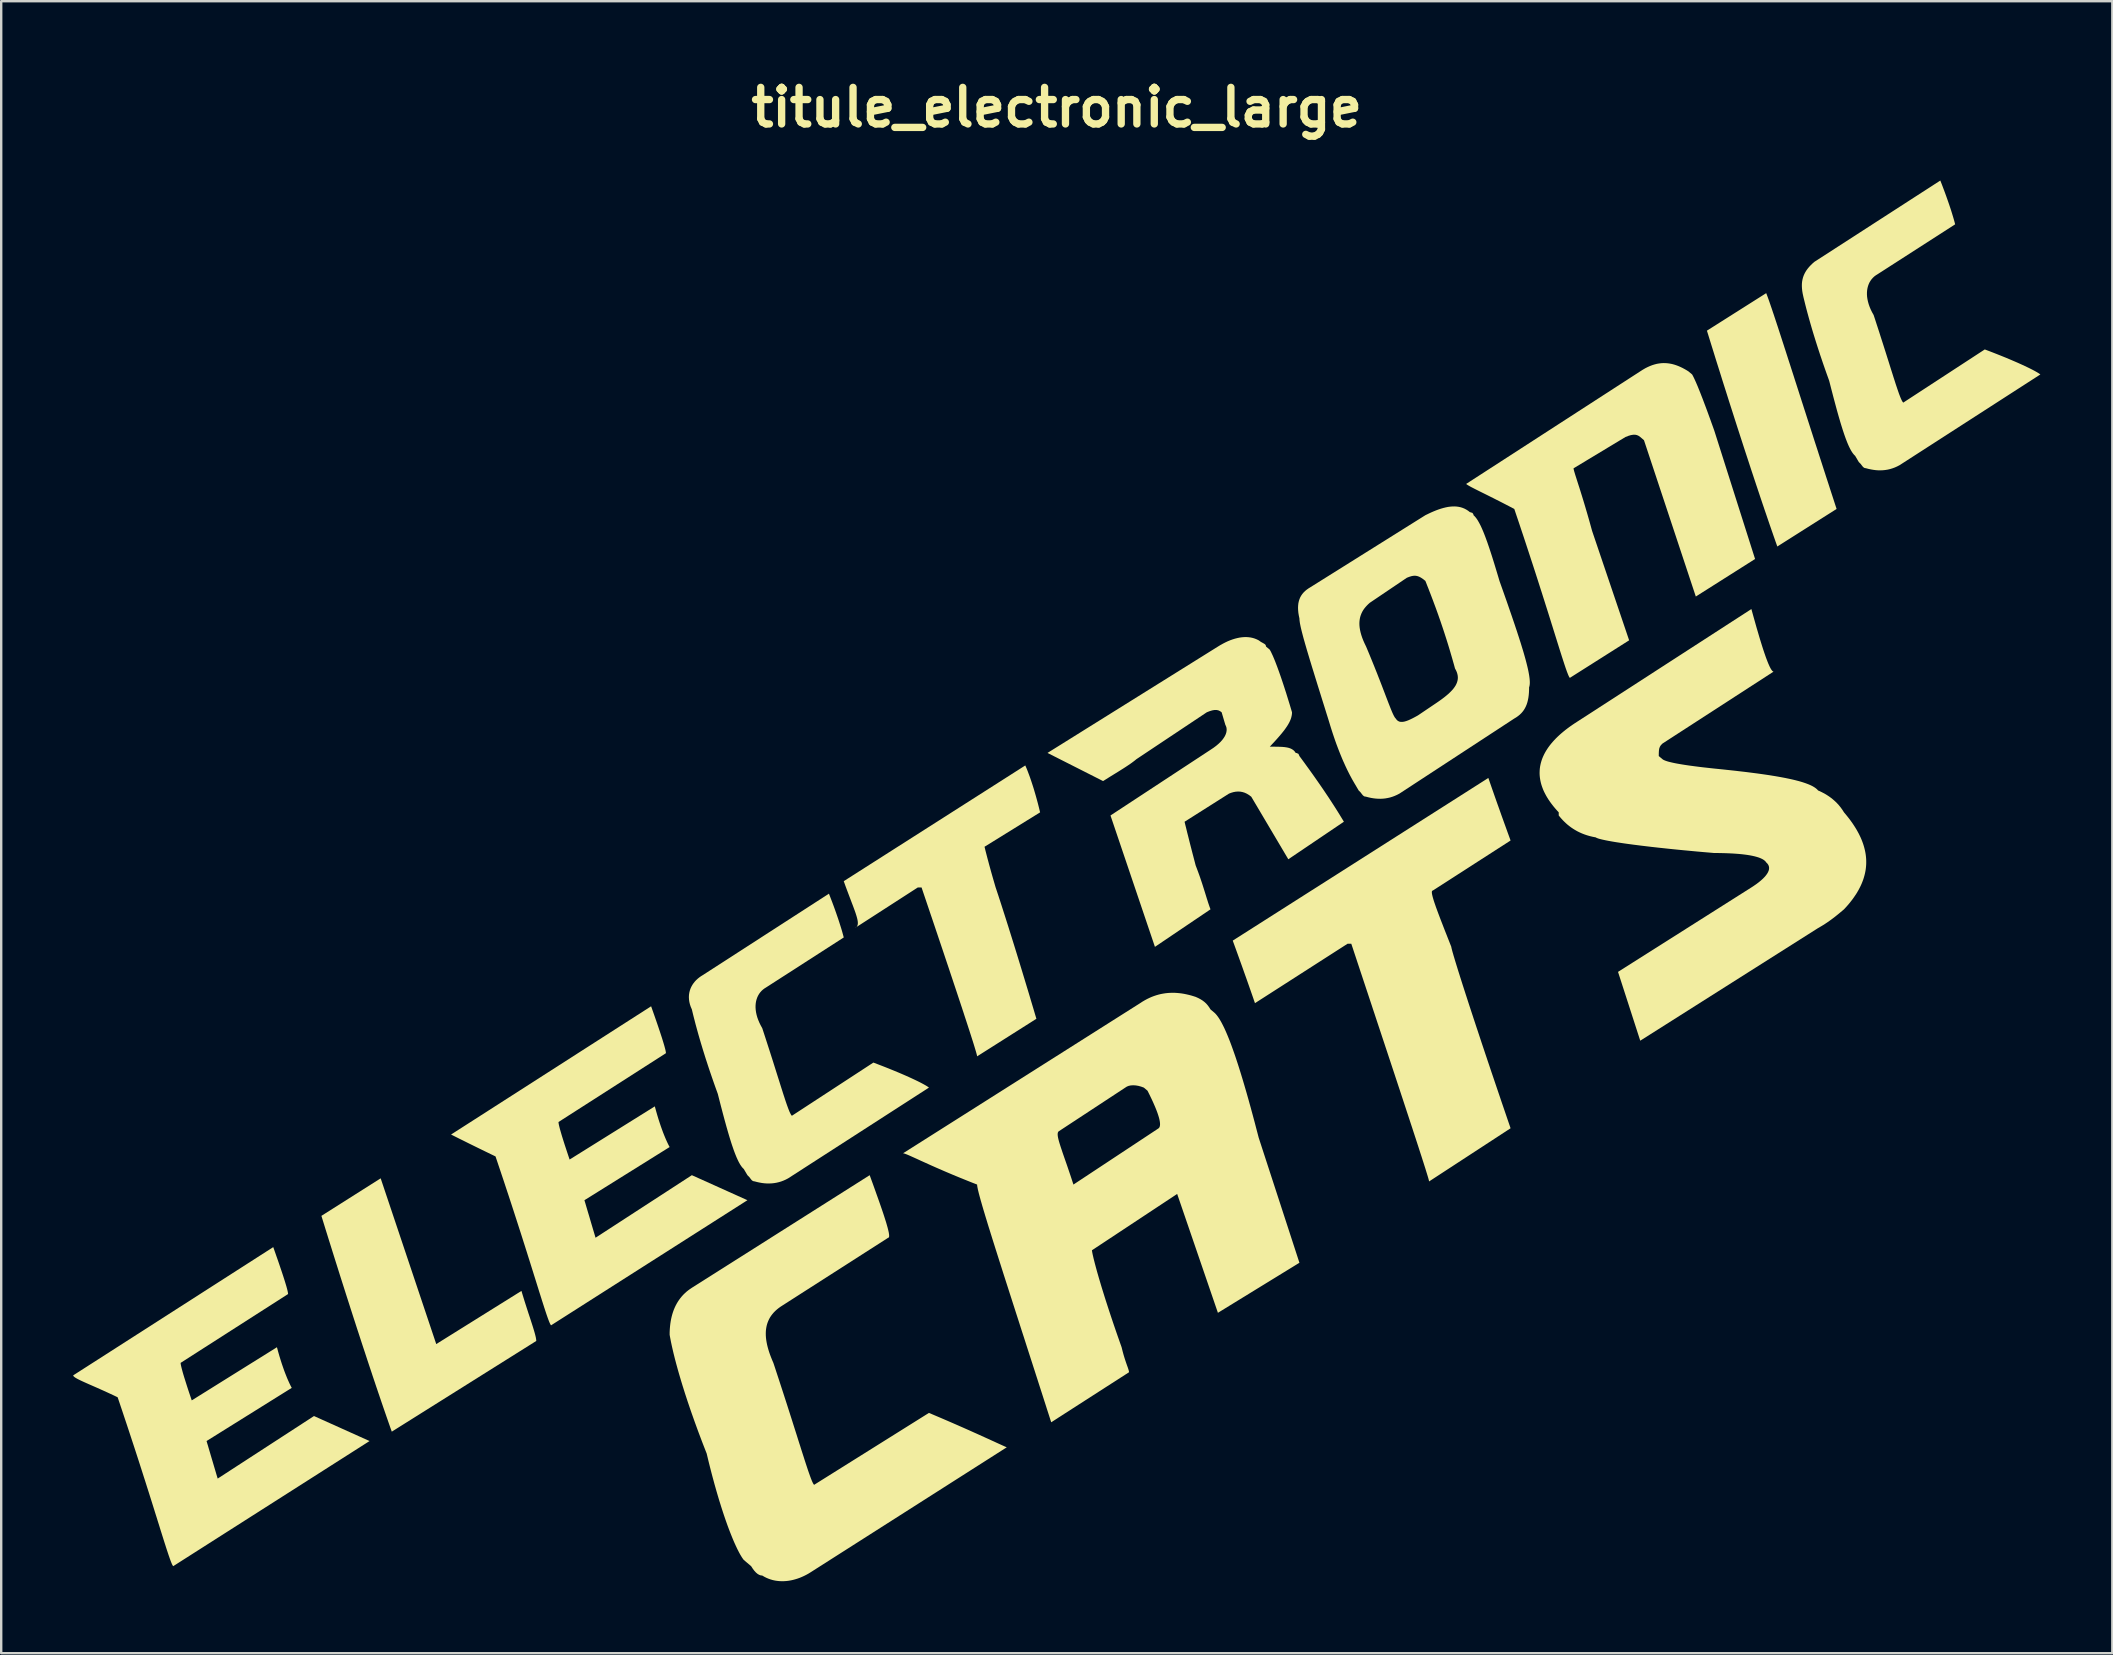
<source format=kicad_pcb>
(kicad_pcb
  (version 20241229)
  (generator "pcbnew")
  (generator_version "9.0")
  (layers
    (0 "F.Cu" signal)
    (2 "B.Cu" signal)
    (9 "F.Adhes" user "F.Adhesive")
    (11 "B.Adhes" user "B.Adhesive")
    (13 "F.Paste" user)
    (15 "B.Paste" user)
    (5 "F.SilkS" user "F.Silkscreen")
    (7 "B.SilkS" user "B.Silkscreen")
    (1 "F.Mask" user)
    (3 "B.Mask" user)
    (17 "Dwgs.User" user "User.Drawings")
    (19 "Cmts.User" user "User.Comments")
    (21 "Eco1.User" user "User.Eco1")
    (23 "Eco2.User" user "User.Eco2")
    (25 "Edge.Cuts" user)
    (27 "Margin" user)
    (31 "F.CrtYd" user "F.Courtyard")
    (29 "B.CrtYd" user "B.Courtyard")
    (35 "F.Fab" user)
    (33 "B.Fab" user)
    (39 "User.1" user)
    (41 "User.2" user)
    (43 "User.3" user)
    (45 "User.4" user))
  (footprint "titule_electronic_large"
    (layer "F.Cu")
    (at 40.992 33.739)
    (property "Reference" "titule_electronic_large" (at 0 -32.313 0) (layer "F.SilkS") (effects (font (size 1.524 1.524) (thickness 0.305))))
    (attr smd)
    (fp_poly (pts (xy -28.177 12.319) (xy -25.861 19.227) (xy -22.31 17.011) (xy -22.266 17.159) (xy -22.222 17.302) (xy -22.179 17.442) (xy -22.136 17.577) (xy -22.094 17.708) (xy -22.053 17.835) (xy -22.013 17.958) (xy -21.974 18.075) (xy -21.937 18.188) (xy -21.902 18.296) (xy -21.869 18.398) (xy -21.838 18.495) (xy -21.81 18.587) (xy -21.784 18.672) (xy -21.761 18.752) (xy -21.741 18.826) (xy -21.724 18.893) (xy -21.71 18.954) (xy -21.701 19.009) (xy -21.695 19.056) (xy -21.692 19.097) (xy -27.714 22.877) (xy -27.714 22.876) (xy -27.715 22.873) (xy -27.717 22.867) (xy -27.72 22.86) (xy -27.724 22.85) (xy -27.728 22.837) (xy -27.733 22.823) (xy -27.739 22.806) (xy -27.746 22.787) (xy -27.753 22.766) (xy -27.762 22.743) (xy -27.771 22.718) (xy -27.781 22.69) (xy -27.791 22.66) (xy -27.802 22.628) (xy -27.815 22.593) (xy -27.827 22.557) (xy -27.841 22.518) (xy -27.855 22.477) (xy -27.871 22.433) (xy -27.886 22.388) (xy -27.903 22.34) (xy -27.92 22.29) (xy -27.939 22.238) (xy -27.957 22.183) (xy -27.977 22.127) (xy -27.997 22.068) (xy -28.018 22.007) (xy -28.04 21.944) (xy -28.063 21.878) (xy -28.086 21.81) (xy -28.11 21.74) (xy -28.135 21.668) (xy -28.16 21.594) (xy -28.186 21.517) (xy -28.213 21.438) (xy -28.24 21.357) (xy -28.269 21.274) (xy -28.298 21.188) (xy -28.327 21.101) (xy -28.358 21.011) (xy -28.389 20.919) (xy -28.42 20.824) (xy -28.453 20.728) (xy -28.486 20.629) (xy -28.52 20.528) (xy -28.554 20.424) (xy -28.589 20.319) (xy -28.625 20.211) (xy -28.662 20.101) (xy -28.699 19.989) (xy -28.737 19.875) (xy -28.775 19.758) (xy -28.814 19.639) (xy -28.854 19.518) (xy -28.895 19.395) (xy -28.936 19.27) (xy -28.978 19.142) (xy -29.02 19.012) (xy -29.063 18.88) (xy -29.107 18.745) (xy -29.152 18.609) (xy -29.197 18.47) (xy -29.242 18.329) (xy -29.289 18.186) (xy -29.336 18.04) (xy -29.383 17.893) (xy -29.432 17.743) (xy -29.48 17.591) (xy -29.53 17.436) (xy -29.58 17.28) (xy -29.631 17.121) (xy -29.682 16.96) (xy -29.734 16.797) (xy -29.787 16.631) (xy -29.84 16.464) (xy -29.894 16.294) (xy -29.948 16.122) (xy -30.003 15.947) (xy -30.059 15.771) (xy -30.115 15.592) (xy -30.172 15.411) (xy -30.229 15.228) (xy -30.287 15.042) (xy -30.346 14.855) (xy -30.405 14.665) (xy -30.465 14.473) (xy -30.525 14.278) (xy -30.586 14.082) (xy -30.647 13.883) (xy -28.177 12.319)) (stroke (width 0) (type solid)) (fill yes) (layer "F.SilkS"))
    (fp_poly (pts (xy -25.244 10.494) (xy -16.906 5.149) (xy -16.839 5.339) (xy -16.776 5.517) (xy -16.718 5.684) (xy -16.664 5.84) (xy -16.614 5.986) (xy -16.569 6.122) (xy -16.527 6.247) (xy -16.489 6.363) (xy -16.454 6.469) (xy -16.424 6.567) (xy -16.397 6.655) (xy -16.373 6.735) (xy -16.352 6.807) (xy -16.335 6.871) (xy -16.32 6.927) (xy -16.308 6.976) (xy -16.3 7.018) (xy -16.293 7.053) (xy -16.29 7.082) (xy -16.289 7.104) (xy -20.766 9.972) (xy -20.764 10.001) (xy -20.759 10.039) (xy -20.75 10.087) (xy -20.737 10.143) (xy -20.721 10.209) (xy -20.701 10.284) (xy -20.677 10.368) (xy -20.65 10.461) (xy -20.62 10.563) (xy -20.585 10.675) (xy -20.547 10.796) (xy -20.506 10.925) (xy -20.46 11.064) (xy -20.411 11.213) (xy -20.359 11.37) (xy -20.303 11.536) (xy -16.752 9.32) (xy -16.7 9.51) (xy -16.649 9.688) (xy -16.599 9.853) (xy -16.549 10.007) (xy -16.501 10.15) (xy -16.454 10.281) (xy -16.41 10.401) (xy -16.367 10.51) (xy -16.327 10.608) (xy -16.29 10.695) (xy -16.256 10.771) (xy -16.226 10.836) (xy -16.199 10.892) (xy -16.177 10.936) (xy -16.159 10.971) (xy -16.145 10.996) (xy -16.137 11.01) (xy -16.134 11.015) (xy -19.685 13.231) (xy -19.684 13.237) (xy -19.678 13.256) (xy -19.669 13.286) (xy -19.656 13.329) (xy -19.64 13.384) (xy -19.62 13.451) (xy -19.597 13.531) (xy -19.57 13.622) (xy -19.539 13.726) (xy -19.504 13.842) (xy -19.466 13.97) (xy -19.425 14.111) (xy -19.38 14.264) (xy -19.331 14.429) (xy -19.278 14.606) (xy -19.222 14.795) (xy -15.208 12.188) (xy -12.892 13.231) (xy -21.075 18.445) (xy -21.082 18.439) (xy -21.089 18.429) (xy -21.097 18.417) (xy -21.105 18.402) (xy -21.115 18.385) (xy -21.124 18.365) (xy -21.135 18.342) (xy -21.145 18.317) (xy -21.157 18.289) (xy -21.169 18.258) (xy -21.182 18.225) (xy -21.195 18.189) (xy -21.209 18.151) (xy -21.224 18.11) (xy -21.239 18.066) (xy -21.255 18.02) (xy -21.272 17.971) (xy -21.289 17.919) (xy -21.307 17.865) (xy -21.326 17.808) (xy -21.345 17.748) (xy -21.366 17.686) (xy -21.386 17.621) (xy -21.408 17.554) (xy -21.43 17.483) (xy -21.454 17.411) (xy -21.477 17.335) (xy -21.502 17.257) (xy -21.527 17.176) (xy -21.554 17.093) (xy -21.581 17.007) (xy -21.608 16.919) (xy -21.637 16.827) (xy -21.666 16.734) (xy -21.696 16.637) (xy -21.727 16.538) (xy -21.759 16.436) (xy -21.792 16.332) (xy -21.825 16.225) (xy -21.86 16.115) (xy -21.895 16.003) (xy -21.931 15.888) (xy -21.968 15.77) (xy -22.006 15.65) (xy -22.045 15.527) (xy -22.084 15.401) (xy -22.125 15.273) (xy -22.166 15.142) (xy -22.209 15.009) (xy -22.252 14.873) (xy -22.296 14.734) (xy -22.341 14.593) (xy -22.388 14.449) (xy -22.435 14.302) (xy -22.483 14.153) (xy -22.532 14.001) (xy -22.582 13.847) (xy -22.633 13.689) (xy -22.685 13.53) (xy -22.738 13.367) (xy -22.792 13.202) (xy -22.847 13.034) (xy -22.904 12.864) (xy -22.961 12.691) (xy -23.019 12.515) (xy -23.078 12.337) (xy -23.139 12.156) (xy -23.2 11.973) (xy -23.263 11.786) (xy -23.326 11.598) (xy -23.391 11.406) (xy -23.551 11.329) (xy -23.705 11.254) (xy -23.855 11.181) (xy -23.999 11.111) (xy -24.136 11.044) (xy -24.268 10.979) (xy -24.392 10.918) (xy -24.51 10.86) (xy -24.62 10.805) (xy -24.722 10.754) (xy -24.817 10.707) (xy -24.903 10.665) (xy -24.98 10.626) (xy -25.048 10.592) (xy -25.106 10.563) (xy -25.155 10.538) (xy -25.193 10.519) (xy -25.221 10.505) (xy -25.238 10.497) (xy -25.244 10.494)) (stroke (width 0) (type solid)) (fill yes) (layer "F.SilkS"))
    (fp_poly (pts (xy -40.992 20.531) (xy -32.654 15.186) (xy -32.587 15.376) (xy -32.525 15.554) (xy -32.466 15.722) (xy -32.412 15.878) (xy -32.363 16.024) (xy -32.317 16.159) (xy -32.275 16.285) (xy -32.237 16.4) (xy -32.203 16.507) (xy -32.172 16.604) (xy -32.145 16.693) (xy -32.121 16.773) (xy -32.1 16.844) (xy -32.083 16.908) (xy -32.068 16.965) (xy -32.057 17.014) (xy -32.048 17.055) (xy -32.042 17.091) (xy -32.038 17.119) (xy -32.037 17.142) (xy -36.514 20.01) (xy -36.513 20.039) (xy -36.507 20.077) (xy -36.498 20.124) (xy -36.485 20.181) (xy -36.469 20.246) (xy -36.449 20.321) (xy -36.426 20.405) (xy -36.399 20.498) (xy -36.368 20.601) (xy -36.333 20.712) (xy -36.295 20.833) (xy -36.254 20.963) (xy -36.209 21.102) (xy -36.16 21.25) (xy -36.107 21.407) (xy -36.051 21.574) (xy -32.5 19.358) (xy -32.449 19.547) (xy -32.398 19.725) (xy -32.347 19.891) (xy -32.298 20.045) (xy -32.249 20.187) (xy -32.203 20.319) (xy -32.158 20.439) (xy -32.115 20.547) (xy -32.076 20.645) (xy -32.038 20.732) (xy -32.004 20.808) (xy -31.974 20.874) (xy -31.947 20.929) (xy -31.925 20.974) (xy -31.907 21.008) (xy -31.894 21.033) (xy -31.885 21.048) (xy -31.883 21.052) (xy -35.434 23.268) (xy -35.432 23.275) (xy -35.426 23.293) (xy -35.417 23.323) (xy -35.405 23.366) (xy -35.388 23.421) (xy -35.368 23.488) (xy -35.345 23.568) (xy -35.318 23.66) (xy -35.287 23.763) (xy -35.253 23.88) (xy -35.215 24.008) (xy -35.173 24.148) (xy -35.128 24.301) (xy -35.079 24.466) (xy -35.027 24.643) (xy -34.97 24.833) (xy -30.956 22.226) (xy -28.64 23.268) (xy -36.823 28.483) (xy -36.83 28.476) (xy -36.837 28.466) (xy -36.845 28.454) (xy -36.854 28.44) (xy -36.863 28.422) (xy -36.873 28.402) (xy -36.883 28.38) (xy -36.894 28.354) (xy -36.905 28.326) (xy -36.917 28.296) (xy -36.93 28.263) (xy -36.943 28.227) (xy -36.957 28.188) (xy -36.972 28.147) (xy -36.987 28.103) (xy -37.003 28.057) (xy -37.02 28.008) (xy -37.037 27.956) (xy -37.055 27.902) (xy -37.074 27.845) (xy -37.094 27.785) (xy -37.114 27.723) (xy -37.135 27.658) (xy -37.156 27.591) (xy -37.179 27.521) (xy -37.202 27.448) (xy -37.226 27.373) (xy -37.25 27.295) (xy -37.276 27.214) (xy -37.302 27.131) (xy -37.329 27.045) (xy -37.357 26.956) (xy -37.385 26.865) (xy -37.414 26.771) (xy -37.445 26.674) (xy -37.476 26.575) (xy -37.507 26.473) (xy -37.54 26.369) (xy -37.574 26.262) (xy -37.608 26.152) (xy -37.643 26.04) (xy -37.679 25.925) (xy -37.716 25.807) (xy -37.754 25.687) (xy -37.793 25.564) (xy -37.832 25.439) (xy -37.873 25.311) (xy -37.915 25.18) (xy -37.957 25.046) (xy -38 24.91) (xy -38.045 24.772) (xy -38.09 24.63) (xy -38.136 24.486) (xy -38.183 24.34) (xy -38.231 24.19) (xy -38.28 24.038) (xy -38.33 23.884) (xy -38.381 23.727) (xy -38.433 23.567) (xy -38.486 23.405) (xy -38.541 23.239) (xy -38.596 23.072) (xy -38.652 22.901) (xy -38.709 22.728) (xy -38.767 22.553) (xy -38.827 22.374) (xy -38.887 22.194) (xy -38.948 22.01) (xy -39.011 21.824) (xy -39.074 21.635) (xy -39.139 21.444) (xy -39.291 21.371) (xy -39.439 21.302) (xy -39.582 21.236) (xy -39.72 21.173) (xy -39.852 21.114) (xy -39.979 21.057) (xy -40.1 21.004) (xy -40.214 20.954) (xy -40.322 20.907) (xy -40.423 20.862) (xy -40.517 20.82) (xy -40.603 20.781) (xy -40.681 20.744) (xy -40.752 20.71) (xy -40.814 20.678) (xy -40.867 20.648) (xy -40.911 20.621) (xy -40.946 20.595) (xy -40.971 20.572) (xy -40.987 20.551) (xy -40.992 20.531)) (stroke (width 0) (type solid)) (fill yes) (layer "F.SilkS"))
    (fp_poly (pts (xy 17.061 -16.62) (xy 24.317 -21.313) (xy 24.422 -21.38) (xy 24.524 -21.44) (xy 24.625 -21.491) (xy 24.724 -21.535) (xy 24.821 -21.572) (xy 24.917 -21.602) (xy 25.012 -21.626) (xy 25.106 -21.642) (xy 25.198 -21.653) (xy 25.289 -21.657) (xy 25.379 -21.655) (xy 25.468 -21.648) (xy 25.556 -21.635) (xy 25.643 -21.618) (xy 25.73 -21.595) (xy 25.816 -21.567) (xy 25.901 -21.535) (xy 25.987 -21.498) (xy 26.071 -21.458) (xy 26.156 -21.413) (xy 26.24 -21.365) (xy 26.324 -21.313) (xy 26.479 -21.183) (xy 26.499 -21.148) (xy 26.521 -21.107) (xy 26.544 -21.061) (xy 26.569 -21.009) (xy 26.595 -20.952) (xy 26.623 -20.89) (xy 26.653 -20.822) (xy 26.685 -20.748) (xy 26.718 -20.67) (xy 26.752 -20.585) (xy 26.788 -20.496) (xy 26.826 -20.401) (xy 26.865 -20.3) (xy 26.907 -20.194) (xy 26.949 -20.083) (xy 26.993 -19.966) (xy 27.039 -19.844) (xy 27.087 -19.716) (xy 27.136 -19.583) (xy 27.186 -19.445) (xy 27.239 -19.301) (xy 27.292 -19.151) (xy 27.348 -18.997) (xy 27.405 -18.836) (xy 29.103 -13.492) (xy 26.633 -11.928) (xy 24.472 -18.445) (xy 24.317 -18.576) (xy 24.251 -18.624) (xy 24.181 -18.656) (xy 24.107 -18.671) (xy 24.024 -18.671) (xy 23.93 -18.656) (xy 23.823 -18.624) (xy 23.7 -18.576) (xy 21.538 -17.272) (xy 21.539 -17.254) (xy 21.543 -17.23) (xy 21.55 -17.201) (xy 21.559 -17.165) (xy 21.571 -17.123) (xy 21.586 -17.075) (xy 21.602 -17.02) (xy 21.621 -16.959) (xy 21.643 -16.892) (xy 21.666 -16.818) (xy 21.692 -16.737) (xy 21.72 -16.649) (xy 21.75 -16.555) (xy 21.783 -16.454) (xy 21.817 -16.346) (xy 21.853 -16.23) (xy 21.891 -16.108) (xy 21.931 -15.978) (xy 21.973 -15.84) (xy 22.016 -15.696) (xy 22.061 -15.543) (xy 22.108 -15.383) (xy 22.156 -15.216) (xy 22.206 -15.04) (xy 22.257 -14.857) (xy 22.31 -14.665) (xy 23.854 -10.103) (xy 21.384 -8.538) (xy 21.377 -8.545) (xy 21.37 -8.555) (xy 21.362 -8.567) (xy 21.353 -8.581) (xy 21.344 -8.599) (xy 21.334 -8.619) (xy 21.324 -8.641) (xy 21.313 -8.667) (xy 21.302 -8.695) (xy 21.29 -8.725) (xy 21.277 -8.758) (xy 21.263 -8.794) (xy 21.249 -8.833) (xy 21.235 -8.874) (xy 21.219 -8.918) (xy 21.203 -8.964) (xy 21.187 -9.013) (xy 21.169 -9.065) (xy 21.151 -9.119) (xy 21.133 -9.176) (xy 21.113 -9.236) (xy 21.093 -9.298) (xy 21.072 -9.363) (xy 21.05 -9.43) (xy 21.028 -9.5) (xy 21.005 -9.573) (xy 20.981 -9.648) (xy 20.956 -9.726) (xy 20.931 -9.807) (xy 20.905 -9.89) (xy 20.878 -9.976) (xy 20.85 -10.065) (xy 20.822 -10.156) (xy 20.792 -10.25) (xy 20.762 -10.347) (xy 20.731 -10.446) (xy 20.699 -10.548) (xy 20.667 -10.652) (xy 20.633 -10.759) (xy 20.599 -10.869) (xy 20.564 -10.981) (xy 20.528 -11.096) (xy 20.491 -11.214) (xy 20.453 -11.334) (xy 20.414 -11.457) (xy 20.374 -11.582) (xy 20.334 -11.71) (xy 20.292 -11.841) (xy 20.25 -11.975) (xy 20.207 -12.111) (xy 20.162 -12.249) (xy 20.117 -12.391) (xy 20.071 -12.535) (xy 20.024 -12.681) (xy 19.976 -12.831) (xy 19.927 -12.983) (xy 19.877 -13.137) (xy 19.826 -13.294) (xy 19.773 -13.454) (xy 19.72 -13.617) (xy 19.666 -13.782) (xy 19.611 -13.949) (xy 19.555 -14.12) (xy 19.498 -14.293) (xy 19.44 -14.468) (xy 19.38 -14.647) (xy 19.32 -14.827) (xy 19.259 -15.011) (xy 19.196 -15.197) (xy 19.132 -15.386) (xy 19.068 -15.578) (xy 18.903 -15.664) (xy 18.746 -15.746) (xy 18.597 -15.823) (xy 18.454 -15.896) (xy 18.319 -15.964) (xy 18.192 -16.029) (xy 18.071 -16.089) (xy 17.958 -16.146) (xy 17.851 -16.199) (xy 17.752 -16.248) (xy 17.659 -16.294) (xy 17.573 -16.337) (xy 17.493 -16.377) (xy 17.42 -16.414) (xy 17.354 -16.448) (xy 17.293 -16.479) (xy 17.239 -16.508) (xy 17.192 -16.535) (xy 17.15 -16.559) (xy 17.114 -16.581) (xy 17.085 -16.602) (xy 17.061 -16.62)) (stroke (width 0) (type solid)) (fill yes) (layer "F.SilkS"))
    (fp_poly (pts (xy 29.567 -24.572) (xy 29.577 -24.545) (xy 29.588 -24.517) (xy 29.6 -24.486) (xy 29.611 -24.455) (xy 29.624 -24.421) (xy 29.637 -24.386) (xy 29.65 -24.349) (xy 29.664 -24.311) (xy 29.678 -24.271) (xy 29.693 -24.229) (xy 29.708 -24.186) (xy 29.723 -24.141) (xy 29.74 -24.094) (xy 29.756 -24.046) (xy 29.773 -23.996) (xy 29.791 -23.945) (xy 29.809 -23.892) (xy 29.827 -23.837) (xy 29.846 -23.78) (xy 29.866 -23.722) (xy 29.886 -23.663) (xy 29.906 -23.601) (xy 29.927 -23.538) (xy 29.948 -23.474) (xy 29.97 -23.407) (xy 29.993 -23.339) (xy 30.015 -23.27) (xy 30.039 -23.199) (xy 30.063 -23.126) (xy 30.087 -23.051) (xy 30.112 -22.975) (xy 30.137 -22.897) (xy 30.163 -22.818) (xy 30.189 -22.737) (xy 30.216 -22.654) (xy 30.243 -22.57) (xy 30.271 -22.484) (xy 30.3 -22.396) (xy 30.328 -22.307) (xy 30.358 -22.216) (xy 30.388 -22.123) (xy 30.418 -22.029) (xy 30.449 -21.933) (xy 30.48 -21.836) (xy 30.512 -21.737) (xy 30.545 -21.636) (xy 30.578 -21.534) (xy 30.611 -21.43) (xy 30.645 -21.324) (xy 30.68 -21.217) (xy 30.715 -21.108) (xy 30.75 -20.997) (xy 30.786 -20.885) (xy 30.823 -20.771) (xy 30.86 -20.655) (xy 30.898 -20.538) (xy 30.936 -20.419) (xy 30.974 -20.299) (xy 31.014 -20.177) (xy 31.053 -20.053) (xy 31.094 -19.928) (xy 31.134 -19.801) (xy 31.176 -19.672) (xy 31.218 -19.542) (xy 31.26 -19.41) (xy 31.303 -19.276) (xy 31.347 -19.141) (xy 31.391 -19.004) (xy 31.435 -18.866) (xy 31.481 -18.725) (xy 31.526 -18.584) (xy 31.572 -18.44) (xy 31.619 -18.295) (xy 31.667 -18.148) (xy 31.715 -18) (xy 31.763 -17.85) (xy 31.812 -17.698) (xy 31.862 -17.545) (xy 31.912 -17.39) (xy 31.962 -17.234) (xy 32.014 -17.075) (xy 32.065 -16.915) (xy 32.118 -16.754) (xy 32.171 -16.591) (xy 32.224 -16.426) (xy 32.278 -16.26) (xy 32.333 -16.092) (xy 32.388 -15.922) (xy 32.444 -15.75) (xy 32.5 -15.578) (xy 30.03 -14.013) (xy 30.029 -14.014) (xy 30.028 -14.018) (xy 30.026 -14.023) (xy 30.023 -14.031) (xy 30.02 -14.041) (xy 30.015 -14.053) (xy 30.01 -14.068) (xy 30.004 -14.084) (xy 29.998 -14.103) (xy 29.99 -14.124) (xy 29.982 -14.148) (xy 29.973 -14.173) (xy 29.963 -14.201) (xy 29.952 -14.231) (xy 29.941 -14.263) (xy 29.929 -14.298) (xy 29.916 -14.334) (xy 29.903 -14.373) (xy 29.888 -14.414) (xy 29.873 -14.457) (xy 29.857 -14.503) (xy 29.841 -14.551) (xy 29.823 -14.601) (xy 29.805 -14.653) (xy 29.786 -14.707) (xy 29.767 -14.764) (xy 29.746 -14.823) (xy 29.725 -14.884) (xy 29.703 -14.947) (xy 29.681 -15.013) (xy 29.658 -15.08) (xy 29.634 -15.15) (xy 29.609 -15.223) (xy 29.584 -15.297) (xy 29.558 -15.374) (xy 29.531 -15.452) (xy 29.503 -15.533) (xy 29.475 -15.617) (xy 29.446 -15.702) (xy 29.416 -15.79) (xy 29.386 -15.88) (xy 29.355 -15.972) (xy 29.323 -16.066) (xy 29.291 -16.163) (xy 29.258 -16.262) (xy 29.224 -16.363) (xy 29.19 -16.466) (xy 29.154 -16.572) (xy 29.119 -16.679) (xy 29.082 -16.789) (xy 29.045 -16.901) (xy 29.007 -17.016) (xy 28.968 -17.132) (xy 28.929 -17.251) (xy 28.889 -17.372) (xy 28.849 -17.496) (xy 28.808 -17.621) (xy 28.766 -17.749) (xy 28.723 -17.879) (xy 28.68 -18.011) (xy 28.636 -18.145) (xy 28.592 -18.282) (xy 28.547 -18.421) (xy 28.501 -18.562) (xy 28.455 -18.705) (xy 28.408 -18.85) (xy 28.36 -18.998) (xy 28.312 -19.148) (xy 28.263 -19.3) (xy 28.214 -19.454) (xy 28.164 -19.611) (xy 28.113 -19.77) (xy 28.061 -19.931) (xy 28.009 -20.094) (xy 27.957 -20.259) (xy 27.904 -20.427) (xy 27.85 -20.597) (xy 27.795 -20.769) (xy 27.74 -20.943) (xy 27.685 -21.12) (xy 27.629 -21.299) (xy 27.572 -21.48) (xy 27.514 -21.663) (xy 27.456 -21.848) (xy 27.398 -22.036) (xy 27.339 -22.226) (xy 27.279 -22.418) (xy 27.219 -22.612) (xy 27.158 -22.809) (xy 27.096 -23.008) (xy 29.567 -24.572)) (stroke (width 0) (type solid)) (fill yes) (layer "F.SilkS"))
    (fp_poly (pts (xy -8.878 -0.065) (xy -1.312 -4.888) (xy -1.31 -4.883) (xy -1.303 -4.869) (xy -1.293 -4.844) (xy -1.278 -4.81) (xy -1.259 -4.766) (xy -1.237 -4.712) (xy -1.212 -4.649) (xy -1.184 -4.575) (xy -1.153 -4.492) (xy -1.119 -4.4) (xy -1.084 -4.297) (xy -1.046 -4.184) (xy -1.006 -4.062) (xy -0.964 -3.93) (xy -0.922 -3.788) (xy -0.878 -3.637) (xy -0.833 -3.476) (xy -0.787 -3.305) (xy -0.741 -3.124) (xy -0.695 -2.933) (xy -3.011 -1.499) (xy -3.009 -1.492) (xy -3.004 -1.472) (xy -2.996 -1.44) (xy -2.985 -1.394) (xy -2.971 -1.337) (xy -2.953 -1.267) (xy -2.932 -1.186) (xy -2.908 -1.093) (xy -2.881 -0.99) (xy -2.85 -0.876) (xy -2.817 -0.751) (xy -2.78 -0.617) (xy -2.74 -0.472) (xy -2.697 -0.319) (xy -2.65 -0.156) (xy -2.6 0.016) (xy -2.548 0.196) (xy -2.547 0.197) (xy -2.545 0.203) (xy -2.542 0.212) (xy -2.538 0.224) (xy -2.532 0.241) (xy -2.526 0.261) (xy -2.518 0.284) (xy -2.509 0.311) (xy -2.499 0.342) (xy -2.487 0.377) (xy -2.475 0.415) (xy -2.461 0.456) (xy -2.446 0.501) (xy -2.43 0.55) (xy -2.413 0.603) (xy -2.395 0.659) (xy -2.375 0.719) (xy -2.354 0.782) (xy -2.333 0.849) (xy -2.31 0.919) (xy -2.286 0.994) (xy -2.261 1.072) (xy -2.235 1.153) (xy -2.208 1.238) (xy -2.179 1.327) (xy -2.15 1.419) (xy -2.119 1.515) (xy -2.088 1.614) (xy -2.055 1.718) (xy -2.021 1.824) (xy -1.987 1.935) (xy -1.951 2.049) (xy -1.914 2.167) (xy -1.876 2.288) (xy -1.837 2.413) (xy -1.797 2.541) (xy -1.756 2.673) (xy -1.714 2.809) (xy -1.671 2.948) (xy -1.627 3.091) (xy -1.582 3.238) (xy -1.536 3.388) (xy -1.489 3.542) (xy -1.441 3.699) (xy -1.392 3.861) (xy -1.342 4.025) (xy -1.291 4.194) (xy -1.239 4.366) (xy -1.186 4.541) (xy -1.132 4.72) (xy -1.078 4.903) (xy -1.022 5.089) (xy -0.965 5.28) (xy -0.908 5.473) (xy -0.849 5.67) (xy -3.319 7.235) (xy -3.32 7.228) (xy -3.321 7.218) (xy -3.324 7.206) (xy -3.327 7.192) (xy -3.331 7.174) (xy -3.336 7.154) (xy -3.342 7.132) (xy -3.349 7.106) (xy -3.357 7.078) (xy -3.365 7.048) (xy -3.375 7.015) (xy -3.386 6.979) (xy -3.397 6.94) (xy -3.41 6.899) (xy -3.423 6.855) (xy -3.437 6.809) (xy -3.452 6.76) (xy -3.468 6.708) (xy -3.485 6.654) (xy -3.503 6.597) (xy -3.522 6.537) (xy -3.542 6.475) (xy -3.563 6.41) (xy -3.584 6.343) (xy -3.607 6.273) (xy -3.63 6.2) (xy -3.654 6.125) (xy -3.68 6.047) (xy -3.706 5.966) (xy -3.733 5.883) (xy -3.761 5.797) (xy -3.79 5.708) (xy -3.82 5.617) (xy -3.851 5.523) (xy -3.882 5.426) (xy -3.915 5.327) (xy -3.948 5.225) (xy -3.983 5.121) (xy -4.018 5.014) (xy -4.055 4.904) (xy -4.092 4.792) (xy -4.13 4.677) (xy -4.169 4.559) (xy -4.209 4.439) (xy -4.25 4.316) (xy -4.292 4.191) (xy -4.334 4.063) (xy -4.378 3.932) (xy -4.423 3.798) (xy -4.468 3.662) (xy -4.514 3.524) (xy -4.562 3.382) (xy -4.61 3.238) (xy -4.659 3.092) (xy -4.709 2.942) (xy -4.76 2.79) (xy -4.812 2.636) (xy -4.865 2.479) (xy -4.919 2.319) (xy -4.973 2.157) (xy -5.029 1.991) (xy -5.085 1.824) (xy -5.143 1.653) (xy -5.201 1.48) (xy -5.261 1.305) (xy -5.321 1.126) (xy -5.382 0.946) (xy -5.444 0.762) (xy -5.507 0.576) (xy -5.571 0.387) (xy -5.635 0.196) (xy -5.79 0.196) (xy -8.415 1.89) (xy -8.376 1.87) (xy -8.345 1.845) (xy -8.321 1.814) (xy -8.305 1.778) (xy -8.294 1.736) (xy -8.29 1.688) (xy -8.292 1.634) (xy -8.3 1.574) (xy -8.314 1.507) (xy -8.333 1.433) (xy -8.357 1.352) (xy -8.385 1.264) (xy -8.418 1.169) (xy -8.456 1.065) (xy -8.497 0.954) (xy -8.543 0.835) (xy -8.591 0.707) (xy -8.643 0.571) (xy -8.698 0.425) (xy -8.756 0.271) (xy -8.816 0.108) (xy -8.878 -0.065)) (stroke (width 0) (type solid)) (fill yes) (layer "F.SilkS"))
    (fp_poly (pts (xy -0.386 -5.41) (xy 6.716 -9.842) (xy 6.819 -9.905) (xy 6.922 -9.962) (xy 7.024 -10.015) (xy 7.126 -10.063) (xy 7.228 -10.105) (xy 7.328 -10.141) (xy 7.428 -10.172) (xy 7.526 -10.197) (xy 7.623 -10.217) (xy 7.719 -10.23) (xy 7.813 -10.237) (xy 7.906 -10.238) (xy 7.996 -10.232) (xy 8.085 -10.22) (xy 8.171 -10.201) (xy 8.255 -10.175) (xy 8.336 -10.142) (xy 8.415 -10.103) (xy 8.506 -10.038) (xy 8.59 -9.992) (xy 8.659 -9.952) (xy 8.706 -9.907) (xy 8.723 -9.842) (xy 8.878 -9.712) (xy 8.895 -9.68) (xy 8.915 -9.645) (xy 8.935 -9.605) (xy 8.956 -9.56) (xy 8.979 -9.511) (xy 9.004 -9.458) (xy 9.029 -9.399) (xy 9.056 -9.336) (xy 9.084 -9.267) (xy 9.113 -9.194) (xy 9.143 -9.116) (xy 9.175 -9.032) (xy 9.208 -8.943) (xy 9.242 -8.849) (xy 9.278 -8.749) (xy 9.315 -8.644) (xy 9.353 -8.534) (xy 9.392 -8.418) (xy 9.433 -8.296) (xy 9.475 -8.168) (xy 9.518 -8.034) (xy 9.563 -7.895) (xy 9.608 -7.749) (xy 9.655 -7.597) (xy 9.704 -7.439) (xy 9.753 -7.275) (xy 9.804 -7.104) (xy 9.801 -7.035) (xy 9.791 -6.966) (xy 9.775 -6.896) (xy 9.753 -6.825) (xy 9.724 -6.753) (xy 9.689 -6.679) (xy 9.647 -6.603) (xy 9.599 -6.525) (xy 9.544 -6.445) (xy 9.484 -6.361) (xy 9.416 -6.275) (xy 9.342 -6.185) (xy 9.262 -6.091) (xy 9.176 -5.993) (xy 9.083 -5.89) (xy 8.983 -5.783) (xy 8.878 -5.67) (xy 9.026 -5.67) (xy 9.161 -5.669) (xy 9.285 -5.666) (xy 9.398 -5.661) (xy 9.5 -5.652) (xy 9.592 -5.638) (xy 9.674 -5.619) (xy 9.747 -5.593) (xy 9.811 -5.56) (xy 9.868 -5.52) (xy 9.917 -5.47) (xy 9.958 -5.41) (xy 9.998 -5.405) (xy 10.073 -5.371) (xy 10.113 -5.279) (xy 10.185 -5.182) (xy 10.256 -5.085) (xy 10.326 -4.99) (xy 10.395 -4.894) (xy 10.463 -4.8) (xy 10.531 -4.707) (xy 10.597 -4.614) (xy 10.663 -4.522) (xy 10.728 -4.43) (xy 10.791 -4.34) (xy 10.854 -4.25) (xy 10.916 -4.161) (xy 10.977 -4.073) (xy 11.037 -3.986) (xy 11.097 -3.899) (xy 11.155 -3.813) (xy 11.212 -3.728) (xy 11.269 -3.643) (xy 11.325 -3.56) (xy 11.379 -3.477) (xy 11.433 -3.395) (xy 11.486 -3.313) (xy 11.538 -3.233) (xy 11.589 -3.153) (xy 11.639 -3.074) (xy 11.689 -2.996) (xy 11.737 -2.918) (xy 11.785 -2.841) (xy 11.831 -2.765) (xy 11.877 -2.69) (xy 11.922 -2.616) (xy 11.966 -2.542) (xy 9.65 -0.978) (xy 8.106 -3.585) (xy 8.013 -3.655) (xy 7.92 -3.711) (xy 7.828 -3.753) (xy 7.735 -3.781) (xy 7.643 -3.797) (xy 7.55 -3.801) (xy 7.457 -3.794) (xy 7.365 -3.777) (xy 7.272 -3.75) (xy 7.179 -3.715) (xy 5.327 -2.542) (xy 5.328 -2.536) (xy 5.332 -2.518) (xy 5.339 -2.488) (xy 5.349 -2.447) (xy 5.362 -2.394) (xy 5.378 -2.33) (xy 5.397 -2.254) (xy 5.418 -2.167) (xy 5.442 -2.069) (xy 5.47 -1.961) (xy 5.5 -1.841) (xy 5.532 -1.712) (xy 5.568 -1.571) (xy 5.607 -1.42) (xy 5.648 -1.26) (xy 5.693 -1.089) (xy 5.74 -0.908) (xy 5.79 -0.717) (xy 5.837 -0.595) (xy 5.882 -0.474) (xy 5.925 -0.357) (xy 5.966 -0.242) (xy 6.004 -0.129) (xy 6.041 -0.019) (xy 6.076 0.088) (xy 6.109 0.192) (xy 6.141 0.293) (xy 6.172 0.391) (xy 6.201 0.485) (xy 6.229 0.576) (xy 6.256 0.664) (xy 6.283 0.747) (xy 6.308 0.828) (xy 6.334 0.904) (xy 6.358 0.976) (xy 6.383 1.044) (xy 6.407 1.108) (xy 4.091 2.672) (xy 2.239 -2.803) (xy 6.407 -5.54) (xy 6.533 -5.624) (xy 6.644 -5.707) (xy 6.742 -5.79) (xy 6.827 -5.872) (xy 6.899 -5.953) (xy 6.958 -6.033) (xy 7.006 -6.11) (xy 7.041 -6.186) (xy 7.065 -6.26) (xy 7.078 -6.331) (xy 7.08 -6.399) (xy 7.072 -6.464) (xy 7.053 -6.525) (xy 7.025 -6.583) (xy 6.871 -7.104) (xy 6.804 -7.152) (xy 6.735 -7.184) (xy 6.66 -7.2) (xy 6.577 -7.2) (xy 6.483 -7.184) (xy 6.376 -7.152) (xy 6.253 -7.104) (xy 3.319 -5.149) (xy 3.26 -5.1) (xy 3.196 -5.051) (xy 3.13 -5.002) (xy 3.059 -4.951) (xy 2.985 -4.901) (xy 2.907 -4.849) (xy 2.826 -4.796) (xy 2.741 -4.742) (xy 2.652 -4.686) (xy 2.56 -4.628) (xy 2.464 -4.569) (xy 2.364 -4.507) (xy 2.261 -4.444) (xy 2.154 -4.377) (xy 2.044 -4.308) (xy 1.93 -4.237) (xy -0.386 -5.41)) (stroke (width 0) (type solid)) (fill yes) (layer "F.SilkS"))
    (fp_poly (pts (xy 31.574 -25.876) (xy 36.823 -29.265) (xy 36.894 -29.084) (xy 36.959 -28.912) (xy 37.02 -28.749) (xy 37.076 -28.594) (xy 37.127 -28.449) (xy 37.174 -28.314) (xy 37.217 -28.187) (xy 37.256 -28.07) (xy 37.29 -27.963) (xy 37.32 -27.865) (xy 37.347 -27.777) (xy 37.37 -27.699) (xy 37.39 -27.631) (xy 37.406 -27.573) (xy 37.419 -27.525) (xy 37.429 -27.488) (xy 37.435 -27.461) (xy 37.439 -27.445) (xy 37.441 -27.44) (xy 34.198 -25.354) (xy 34.131 -25.312) (xy 34.069 -25.265) (xy 34.012 -25.211) (xy 33.96 -25.153) (xy 33.914 -25.089) (xy 33.873 -25.021) (xy 33.839 -24.948) (xy 33.811 -24.87) (xy 33.789 -24.788) (xy 33.774 -24.702) (xy 33.766 -24.612) (xy 33.765 -24.519) (xy 33.771 -24.422) (xy 33.786 -24.321) (xy 33.808 -24.218) (xy 33.838 -24.111) (xy 33.876 -24.002) (xy 33.923 -23.89) (xy 33.979 -23.776) (xy 34.044 -23.66) (xy 34.106 -23.472) (xy 34.165 -23.289) (xy 34.223 -23.112) (xy 34.279 -22.94) (xy 34.332 -22.772) (xy 34.384 -22.61) (xy 34.435 -22.453) (xy 34.483 -22.301) (xy 34.53 -22.154) (xy 34.575 -22.012) (xy 34.618 -21.874) (xy 34.66 -21.742) (xy 34.7 -21.615) (xy 34.738 -21.493) (xy 34.775 -21.376) (xy 34.811 -21.263) (xy 34.845 -21.156) (xy 34.877 -21.053) (xy 34.909 -20.955) (xy 34.939 -20.862) (xy 34.967 -20.774) (xy 34.995 -20.691) (xy 35.021 -20.613) (xy 35.046 -20.539) (xy 35.07 -20.47) (xy 35.092 -20.406) (xy 35.114 -20.346) (xy 35.135 -20.292) (xy 35.154 -20.242) (xy 35.173 -20.196) (xy 35.191 -20.156) (xy 35.207 -20.12) (xy 35.223 -20.089) (xy 35.238 -20.062) (xy 35.253 -20.04) (xy 35.266 -20.022) (xy 35.279 -20.01) (xy 38.676 -22.226) (xy 38.84 -22.164) (xy 38.998 -22.103) (xy 39.149 -22.044) (xy 39.295 -21.986) (xy 39.436 -21.929) (xy 39.57 -21.875) (xy 39.698 -21.821) (xy 39.82 -21.769) (xy 39.936 -21.719) (xy 40.047 -21.671) (xy 40.151 -21.624) (xy 40.25 -21.579) (xy 40.343 -21.536) (xy 40.429 -21.495) (xy 40.51 -21.456) (xy 40.585 -21.419) (xy 40.654 -21.384) (xy 40.717 -21.351) (xy 40.774 -21.32) (xy 40.825 -21.291) (xy 40.87 -21.265) (xy 40.91 -21.241) (xy 40.943 -21.219) (xy 40.97 -21.2) (xy 40.992 -21.183) (xy 35.125 -17.402) (xy 35.026 -17.351) (xy 34.926 -17.306) (xy 34.827 -17.27) (xy 34.728 -17.24) (xy 34.629 -17.217) (xy 34.529 -17.201) (xy 34.43 -17.191) (xy 34.331 -17.187) (xy 34.232 -17.188) (xy 34.132 -17.195) (xy 34.033 -17.208) (xy 33.934 -17.225) (xy 33.835 -17.246) (xy 33.735 -17.272) (xy 33.659 -17.287) (xy 33.604 -17.326) (xy 33.557 -17.385) (xy 33.503 -17.456) (xy 33.426 -17.533) (xy 33.272 -17.794) (xy 33.243 -17.82) (xy 33.214 -17.852) (xy 33.185 -17.888) (xy 33.156 -17.928) (xy 33.127 -17.973) (xy 33.097 -18.023) (xy 33.068 -18.077) (xy 33.038 -18.136) (xy 33.008 -18.199) (xy 32.978 -18.267) (xy 32.947 -18.34) (xy 32.917 -18.417) (xy 32.885 -18.499) (xy 32.854 -18.585) (xy 32.822 -18.676) (xy 32.79 -18.771) (xy 32.757 -18.871) (xy 32.724 -18.976) (xy 32.69 -19.085) (xy 32.655 -19.199) (xy 32.621 -19.317) (xy 32.585 -19.44) (xy 32.549 -19.568) (xy 32.512 -19.7) (xy 32.475 -19.837) (xy 32.437 -19.978) (xy 32.398 -20.124) (xy 32.358 -20.274) (xy 32.318 -20.429) (xy 32.276 -20.589) (xy 32.234 -20.753) (xy 32.191 -20.922) (xy 32.139 -21.066) (xy 32.088 -21.207) (xy 32.039 -21.346) (xy 31.991 -21.483) (xy 31.945 -21.616) (xy 31.9 -21.748) (xy 31.857 -21.876) (xy 31.814 -22.002) (xy 31.774 -22.126) (xy 31.734 -22.247) (xy 31.696 -22.365) (xy 31.659 -22.481) (xy 31.623 -22.595) (xy 31.589 -22.705) (xy 31.555 -22.814) (xy 31.523 -22.919) (xy 31.492 -23.022) (xy 31.462 -23.123) (xy 31.434 -23.221) (xy 31.406 -23.316) (xy 31.38 -23.409) (xy 31.354 -23.5) (xy 31.33 -23.587) (xy 31.307 -23.673) (xy 31.284 -23.755) (xy 31.263 -23.835) (xy 31.242 -23.913) (xy 31.223 -23.988) (xy 31.204 -24.061) (xy 31.187 -24.13) (xy 31.17 -24.198) (xy 31.154 -24.263) (xy 31.139 -24.325) (xy 31.124 -24.385) (xy 31.111 -24.442) (xy 31.087 -24.554) (xy 31.069 -24.661) (xy 31.058 -24.764) (xy 31.053 -24.862) (xy 31.054 -24.956) (xy 31.062 -25.046) (xy 31.077 -25.132) (xy 31.098 -25.216) (xy 31.125 -25.296) (xy 31.159 -25.374) (xy 31.199 -25.45) (xy 31.245 -25.524) (xy 31.298 -25.596) (xy 31.357 -25.667) (xy 31.423 -25.737) (xy 31.495 -25.807) (xy 31.574 -25.876)) (stroke (width 0) (type solid)) (fill yes) (layer "F.SilkS"))
    (fp_poly (pts (xy -14.745 3.845) (xy -9.495 0.456) (xy -9.425 0.637) (xy -9.359 0.809) (xy -9.298 0.972) (xy -9.242 1.127) (xy -9.191 1.272) (xy -9.144 1.408) (xy -9.101 1.534) (xy -9.063 1.651) (xy -9.029 1.759) (xy -8.998 1.856) (xy -8.971 1.944) (xy -8.948 2.022) (xy -8.929 2.09) (xy -8.913 2.148) (xy -8.9 2.196) (xy -8.89 2.233) (xy -8.883 2.26) (xy -8.879 2.276) (xy -8.878 2.281) (xy -12.12 4.367) (xy -12.187 4.409) (xy -12.249 4.457) (xy -12.307 4.51) (xy -12.358 4.568) (xy -12.405 4.632) (xy -12.445 4.7) (xy -12.48 4.773) (xy -12.508 4.851) (xy -12.53 4.933) (xy -12.545 5.019) (xy -12.553 5.109) (xy -12.554 5.202) (xy -12.547 5.299) (xy -12.533 5.4) (xy -12.511 5.503) (xy -12.481 5.61) (xy -12.442 5.719) (xy -12.395 5.831) (xy -12.339 5.945) (xy -12.274 6.062) (xy -12.213 6.249) (xy -12.153 6.432) (xy -12.096 6.609) (xy -12.04 6.782) (xy -11.986 6.949) (xy -11.934 7.111) (xy -11.884 7.268) (xy -11.835 7.42) (xy -11.789 7.567) (xy -11.744 7.71) (xy -11.701 7.847) (xy -11.659 7.979) (xy -11.619 8.106) (xy -11.58 8.228) (xy -11.543 8.346) (xy -11.508 8.458) (xy -11.474 8.565) (xy -11.441 8.668) (xy -11.41 8.766) (xy -11.38 8.859) (xy -11.351 8.947) (xy -11.324 9.03) (xy -11.298 9.109) (xy -11.273 9.182) (xy -11.249 9.251) (xy -11.226 9.315) (xy -11.204 9.375) (xy -11.184 9.429) (xy -11.164 9.479) (xy -11.146 9.525) (xy -11.128 9.565) (xy -11.111 9.601) (xy -11.095 9.632) (xy -11.08 9.659) (xy -11.066 9.681) (xy -11.052 9.699) (xy -11.039 9.712) (xy -7.643 7.495) (xy -7.479 7.557) (xy -7.321 7.618) (xy -7.169 7.677) (xy -7.023 7.735) (xy -6.883 7.792) (xy -6.749 7.847) (xy -6.621 7.9) (xy -6.498 7.952) (xy -6.382 8.002) (xy -6.272 8.05) (xy -6.167 8.097) (xy -6.068 8.142) (xy -5.976 8.185) (xy -5.889 8.226) (xy -5.808 8.265) (xy -5.733 8.302) (xy -5.665 8.337) (xy -5.602 8.37) (xy -5.545 8.401) (xy -5.493 8.43) (xy -5.448 8.456) (xy -5.409 8.48) (xy -5.376 8.502) (xy -5.348 8.521) (xy -5.327 8.538) (xy -11.194 12.319) (xy -11.293 12.371) (xy -11.392 12.415) (xy -11.491 12.452) (xy -11.591 12.481) (xy -11.69 12.504) (xy -11.789 12.52) (xy -11.888 12.53) (xy -11.988 12.534) (xy -12.087 12.533) (xy -12.186 12.526) (xy -12.285 12.514) (xy -12.385 12.496) (xy -12.484 12.475) (xy -12.583 12.449) (xy -12.66 12.434) (xy -12.714 12.395) (xy -12.761 12.336) (xy -12.815 12.265) (xy -12.892 12.188) (xy -13.046 11.928) (xy -13.075 11.901) (xy -13.104 11.87) (xy -13.133 11.834) (xy -13.162 11.793) (xy -13.192 11.748) (xy -13.221 11.698) (xy -13.251 11.644) (xy -13.28 11.585) (xy -13.31 11.522) (xy -13.341 11.454) (xy -13.371 11.381) (xy -13.402 11.304) (xy -13.433 11.223) (xy -13.465 11.136) (xy -13.496 11.045) (xy -13.529 10.95) (xy -13.562 10.85) (xy -13.595 10.745) (xy -13.629 10.636) (xy -13.663 10.522) (xy -13.698 10.404) (xy -13.733 10.281) (xy -13.77 10.153) (xy -13.806 10.021) (xy -13.844 9.884) (xy -13.882 9.743) (xy -13.921 9.597) (xy -13.96 9.447) (xy -14.001 9.292) (xy -14.042 9.132) (xy -14.084 8.968) (xy -14.127 8.799) (xy -14.179 8.655) (xy -14.23 8.514) (xy -14.279 8.375) (xy -14.327 8.238) (xy -14.373 8.105) (xy -14.418 7.973) (xy -14.462 7.845) (xy -14.504 7.719) (xy -14.545 7.595) (xy -14.584 7.474) (xy -14.623 7.356) (xy -14.66 7.24) (xy -14.695 7.127) (xy -14.73 7.016) (xy -14.763 6.908) (xy -14.795 6.802) (xy -14.826 6.699) (xy -14.856 6.598) (xy -14.885 6.5) (xy -14.912 6.405) (xy -14.939 6.312) (xy -14.964 6.221) (xy -14.988 6.134) (xy -15.012 6.048) (xy -15.034 5.966) (xy -15.056 5.886) (xy -15.076 5.808) (xy -15.095 5.733) (xy -15.114 5.661) (xy -15.132 5.591) (xy -15.149 5.523) (xy -15.165 5.458) (xy -15.18 5.396) (xy -15.194 5.337) (xy -15.208 5.279) (xy -15.254 5.172) (xy -15.289 5.067) (xy -15.313 4.965) (xy -15.327 4.866) (xy -15.332 4.769) (xy -15.328 4.676) (xy -15.315 4.586) (xy -15.294 4.499) (xy -15.266 4.416) (xy -15.23 4.336) (xy -15.188 4.26) (xy -15.139 4.188) (xy -15.085 4.12) (xy -15.026 4.056) (xy -14.961 3.997) (xy -14.893 3.942) (xy -14.82 3.891) (xy -14.745 3.845)) (stroke (width 0) (type solid)) (fill yes) (layer "F.SilkS"))
    (fp_poly (pts (xy 7.334 2.412) (xy 17.987 -4.367) (xy 17.988 -4.363) (xy 17.992 -4.352) (xy 17.998 -4.333) (xy 18.007 -4.307) (xy 18.019 -4.274) (xy 18.033 -4.233) (xy 18.049 -4.185) (xy 18.068 -4.13) (xy 18.09 -4.068) (xy 18.114 -3.998) (xy 18.141 -3.921) (xy 18.17 -3.838) (xy 18.202 -3.747) (xy 18.236 -3.649) (xy 18.273 -3.544) (xy 18.312 -3.433) (xy 18.354 -3.314) (xy 18.399 -3.189) (xy 18.446 -3.057) (xy 18.495 -2.918) (xy 18.547 -2.772) (xy 18.602 -2.62) (xy 18.659 -2.461) (xy 18.719 -2.296) (xy 18.781 -2.123) (xy 18.846 -1.945) (xy 18.913 -1.76) (xy 15.671 0.326) (xy 15.655 0.329) (xy 15.644 0.34) (xy 15.636 0.357) (xy 15.632 0.381) (xy 15.632 0.413) (xy 15.636 0.451) (xy 15.644 0.496) (xy 15.656 0.548) (xy 15.671 0.607) (xy 15.69 0.673) (xy 15.712 0.746) (xy 15.738 0.826) (xy 15.768 0.912) (xy 15.8 1.006) (xy 15.837 1.107) (xy 15.876 1.214) (xy 15.919 1.329) (xy 15.965 1.45) (xy 16.014 1.579) (xy 16.067 1.714) (xy 16.122 1.857) (xy 16.18 2.006) (xy 16.242 2.162) (xy 16.306 2.325) (xy 16.373 2.495) (xy 16.443 2.672) (xy 16.443 2.679) (xy 16.445 2.687) (xy 16.447 2.699) (xy 16.449 2.712) (xy 16.453 2.729) (xy 16.458 2.747) (xy 16.463 2.768) (xy 16.469 2.792) (xy 16.476 2.818) (xy 16.483 2.846) (xy 16.492 2.877) (xy 16.501 2.91) (xy 16.512 2.946) (xy 16.523 2.984) (xy 16.534 3.025) (xy 16.547 3.068) (xy 16.561 3.113) (xy 16.575 3.162) (xy 16.59 3.212) (xy 16.606 3.265) (xy 16.623 3.321) (xy 16.641 3.379) (xy 16.659 3.439) (xy 16.679 3.502) (xy 16.699 3.567) (xy 16.72 3.635) (xy 16.742 3.706) (xy 16.765 3.778) (xy 16.789 3.854) (xy 16.813 3.932) (xy 16.839 4.012) (xy 16.865 4.095) (xy 16.892 4.18) (xy 16.92 4.268) (xy 16.949 4.358) (xy 16.979 4.451) (xy 17.01 4.546) (xy 17.041 4.644) (xy 17.074 4.744) (xy 17.107 4.847) (xy 17.141 4.952) (xy 17.176 5.06) (xy 17.212 5.171) (xy 17.249 5.283) (xy 17.287 5.399) (xy 17.326 5.517) (xy 17.365 5.637) (xy 17.406 5.76) (xy 17.447 5.885) (xy 17.489 6.013) (xy 17.533 6.144) (xy 17.577 6.277) (xy 17.622 6.413) (xy 17.668 6.551) (xy 17.714 6.691) (xy 17.762 6.834) (xy 17.811 6.98) (xy 17.86 7.128) (xy 17.911 7.279) (xy 17.962 7.432) (xy 18.015 7.588) (xy 18.068 7.747) (xy 18.122 7.908) (xy 18.178 8.071) (xy 18.234 8.237) (xy 18.291 8.406) (xy 18.349 8.577) (xy 18.408 8.751) (xy 18.468 8.927) (xy 18.528 9.106) (xy 18.59 9.287) (xy 18.653 9.471) (xy 18.717 9.658) (xy 18.781 9.847) (xy 18.847 10.039) (xy 18.913 10.233) (xy 15.517 12.449) (xy 15.516 12.444) (xy 15.515 12.437) (xy 15.514 12.428) (xy 15.511 12.418) (xy 15.508 12.405) (xy 15.505 12.391) (xy 15.5 12.374) (xy 15.496 12.356) (xy 15.49 12.336) (xy 15.484 12.314) (xy 15.477 12.289) (xy 15.469 12.263) (xy 15.461 12.235) (xy 15.452 12.206) (xy 15.442 12.174) (xy 15.432 12.14) (xy 15.421 12.104) (xy 15.409 12.067) (xy 15.397 12.027) (xy 15.384 11.986) (xy 15.371 11.942) (xy 15.357 11.897) (xy 15.342 11.85) (xy 15.326 11.801) (xy 15.31 11.75) (xy 15.293 11.697) (xy 15.276 11.642) (xy 15.257 11.585) (xy 15.238 11.526) (xy 15.219 11.465) (xy 15.199 11.402) (xy 15.178 11.338) (xy 15.156 11.271) (xy 15.134 11.202) (xy 15.111 11.132) (xy 15.088 11.059) (xy 15.064 10.985) (xy 15.039 10.909) (xy 15.014 10.83) (xy 14.987 10.75) (xy 14.961 10.668) (xy 14.933 10.584) (xy 14.905 10.498) (xy 14.876 10.41) (xy 14.847 10.32) (xy 14.817 10.228) (xy 14.786 10.134) (xy 14.754 10.038) (xy 14.722 9.94) (xy 14.69 9.841) (xy 14.656 9.739) (xy 14.622 9.635) (xy 14.587 9.53) (xy 14.552 9.422) (xy 14.516 9.313) (xy 14.479 9.201) (xy 14.442 9.088) (xy 14.404 8.972) (xy 14.365 8.855) (xy 14.326 8.736) (xy 14.286 8.614) (xy 14.245 8.491) (xy 14.204 8.366) (xy 14.162 8.239) (xy 14.119 8.109) (xy 14.076 7.978) (xy 14.032 7.845) (xy 13.987 7.71) (xy 13.942 7.573) (xy 13.896 7.434) (xy 13.849 7.293) (xy 13.802 7.15) (xy 13.754 7.005) (xy 13.705 6.858) (xy 13.656 6.709) (xy 13.606 6.559) (xy 13.555 6.406) (xy 13.504 6.251) (xy 13.452 6.094) (xy 13.399 5.935) (xy 13.346 5.775) (xy 13.292 5.612) (xy 13.238 5.447) (xy 13.182 5.281) (xy 13.127 5.112) (xy 13.07 4.941) (xy 13.013 4.769) (xy 12.955 4.594) (xy 12.896 4.417) (xy 12.837 4.239) (xy 12.777 4.058) (xy 12.717 3.876) (xy 12.655 3.691) (xy 12.594 3.505) (xy 12.531 3.316) (xy 12.468 3.125) (xy 12.404 2.933) (xy 12.34 2.738) (xy 12.274 2.542) (xy 12.12 2.542) (xy 8.26 5.019) (xy 8.259 5.015) (xy 8.255 5.004) (xy 8.249 4.985) (xy 8.24 4.959) (xy 8.228 4.926) (xy 8.214 4.885) (xy 8.198 4.837) (xy 8.179 4.782) (xy 8.157 4.719) (xy 8.133 4.65) (xy 8.106 4.573) (xy 8.077 4.489) (xy 8.045 4.399) (xy 8.011 4.301) (xy 7.974 4.196) (xy 7.935 4.085) (xy 7.893 3.966) (xy 7.848 3.841) (xy 7.801 3.709) (xy 7.752 3.57) (xy 7.7 3.424) (xy 7.645 3.272) (xy 7.588 3.113) (xy 7.528 2.947) (xy 7.466 2.775) (xy 7.401 2.597) (xy 7.334 2.412)) (stroke (width 0) (type solid)) (fill yes) (layer "F.SilkS"))
    (fp_poly (pts (xy -15.208 16.881) (xy -7.797 12.188) (xy -7.732 12.367) (xy -7.669 12.539) (xy -7.609 12.706) (xy -7.552 12.866) (xy -7.497 13.021) (xy -7.444 13.169) (xy -7.394 13.311) (xy -7.347 13.446) (xy -7.302 13.576) (xy -7.26 13.699) (xy -7.221 13.815) (xy -7.185 13.926) (xy -7.152 14.03) (xy -7.121 14.127) (xy -7.094 14.218) (xy -7.07 14.303) (xy -7.048 14.381) (xy -7.03 14.452) (xy -7.015 14.517) (xy -7.002 14.575) (xy -6.994 14.626) (xy -6.988 14.671) (xy -6.986 14.709) (xy -6.987 14.74) (xy -6.991 14.764) (xy -6.999 14.781) (xy -7.01 14.792) (xy -7.025 14.795) (xy -11.502 17.663) (xy -11.585 17.722) (xy -11.661 17.783) (xy -11.732 17.847) (xy -11.796 17.912) (xy -11.854 17.98) (xy -11.906 18.049) (xy -11.953 18.121) (xy -11.993 18.195) (xy -12.028 18.272) (xy -12.058 18.35) (xy -12.082 18.43) (xy -12.101 18.513) (xy -12.115 18.598) (xy -12.124 18.685) (xy -12.127 18.774) (xy -12.126 18.865) (xy -12.12 18.958) (xy -12.109 19.054) (xy -12.093 19.151) (xy -12.073 19.251) (xy -12.048 19.353) (xy -12.019 19.457) (xy -11.986 19.563) (xy -11.948 19.672) (xy -11.906 19.782) (xy -11.861 19.895) (xy -11.811 20.01) (xy -11.748 20.199) (xy -11.687 20.386) (xy -11.627 20.568) (xy -11.568 20.748) (xy -11.511 20.923) (xy -11.455 21.095) (xy -11.4 21.263) (xy -11.347 21.428) (xy -11.295 21.589) (xy -11.244 21.746) (xy -11.195 21.9) (xy -11.147 22.05) (xy -11.1 22.197) (xy -11.054 22.34) (xy -11.01 22.479) (xy -10.967 22.615) (xy -10.925 22.747) (xy -10.884 22.876) (xy -10.844 23.001) (xy -10.806 23.122) (xy -10.769 23.24) (xy -10.733 23.354) (xy -10.697 23.464) (xy -10.664 23.571) (xy -10.631 23.674) (xy -10.599 23.774) (xy -10.568 23.87) (xy -10.538 23.963) (xy -10.51 24.052) (xy -10.482 24.137) (xy -10.456 24.218) (xy -10.43 24.296) (xy -10.405 24.371) (xy -10.382 24.442) (xy -10.359 24.509) (xy -10.337 24.573) (xy -10.316 24.632) (xy -10.296 24.689) (xy -10.277 24.742) (xy -10.259 24.791) (xy -10.242 24.836) (xy -10.225 24.878) (xy -10.21 24.917) (xy -10.195 24.951) (xy -10.181 24.983) (xy -10.167 25.01) (xy -10.155 25.034) (xy -10.143 25.054) (xy -10.132 25.071) (xy -10.122 25.084) (xy -10.113 25.093) (xy -5.327 22.095) (xy -5.165 22.164) (xy -5.008 22.231) (xy -4.854 22.296) (xy -4.705 22.36) (xy -4.559 22.423) (xy -4.418 22.484) (xy -4.28 22.544) (xy -4.147 22.602) (xy -4.018 22.659) (xy -3.892 22.714) (xy -3.771 22.768) (xy -3.653 22.82) (xy -3.54 22.871) (xy -3.431 22.92) (xy -3.325 22.967) (xy -3.224 23.013) (xy -3.126 23.057) (xy -3.033 23.099) (xy -2.944 23.14) (xy -2.858 23.178) (xy -2.777 23.215) (xy -2.7 23.251) (xy -2.626 23.284) (xy -2.557 23.316) (xy -2.492 23.346) (xy -2.431 23.374) (xy -2.373 23.4) (xy -2.32 23.424) (xy -2.271 23.447) (xy -2.225 23.467) (xy -2.184 23.486) (xy -2.147 23.502) (xy -2.114 23.517) (xy -2.084 23.529) (xy -10.267 28.743) (xy -10.352 28.795) (xy -10.439 28.843) (xy -10.528 28.888) (xy -10.618 28.929) (xy -10.709 28.967) (xy -10.801 29) (xy -10.894 29.029) (xy -10.987 29.054) (xy -11.082 29.075) (xy -11.176 29.091) (xy -11.271 29.102) (xy -11.366 29.108) (xy -11.46 29.11) (xy -11.554 29.106) (xy -11.648 29.097) (xy -11.741 29.083) (xy -11.833 29.063) (xy -11.924 29.037) (xy -12.014 29.005) (xy -12.102 28.968) (xy -12.189 28.924) (xy -12.274 28.874) (xy -12.341 28.866) (xy -12.407 28.842) (xy -12.473 28.802) (xy -12.539 28.746) (xy -12.605 28.674) (xy -12.671 28.586) (xy -12.738 28.483) (xy -13.046 28.222) (xy -13.067 28.194) (xy -13.089 28.164) (xy -13.112 28.13) (xy -13.136 28.093) (xy -13.16 28.053) (xy -13.186 28.01) (xy -13.212 27.963) (xy -13.239 27.914) (xy -13.266 27.861) (xy -13.295 27.805) (xy -13.324 27.746) (xy -13.353 27.684) (xy -13.384 27.619) (xy -13.415 27.55) (xy -13.447 27.479) (xy -13.479 27.404) (xy -13.512 27.325) (xy -13.545 27.244) (xy -13.579 27.159) (xy -13.614 27.071) (xy -13.649 26.98) (xy -13.685 26.885) (xy -13.721 26.788) (xy -13.757 26.687) (xy -13.794 26.582) (xy -13.831 26.475) (xy -13.869 26.364) (xy -13.907 26.249) (xy -13.945 26.132) (xy -13.984 26.011) (xy -14.023 25.886) (xy -14.063 25.759) (xy -14.102 25.628) (xy -14.142 25.493) (xy -14.182 25.356) (xy -14.222 25.214) (xy -14.263 25.07) (xy -14.303 24.922) (xy -14.344 24.771) (xy -14.385 24.616) (xy -14.426 24.457) (xy -14.467 24.296) (xy -14.508 24.131) (xy -14.549 23.962) (xy -14.59 23.79) (xy -14.645 23.65) (xy -14.699 23.511) (xy -14.752 23.375) (xy -14.804 23.239) (xy -14.854 23.106) (xy -14.904 22.974) (xy -14.953 22.843) (xy -15 22.714) (xy -15.046 22.587) (xy -15.092 22.461) (xy -15.136 22.337) (xy -15.179 22.215) (xy -15.222 22.094) (xy -15.263 21.975) (xy -15.303 21.858) (xy -15.342 21.742) (xy -15.381 21.628) (xy -15.418 21.515) (xy -15.454 21.405) (xy -15.49 21.295) (xy -15.524 21.188) (xy -15.557 21.082) (xy -15.59 20.978) (xy -15.621 20.876) (xy -15.652 20.775) (xy -15.681 20.677) (xy -15.71 20.579) (xy -15.738 20.484) (xy -15.765 20.39) (xy -15.791 20.298) (xy -15.816 20.208) (xy -15.84 20.12) (xy -15.864 20.033) (xy -15.886 19.948) (xy -15.908 19.865) (xy -15.929 19.784) (xy -15.948 19.704) (xy -15.968 19.627) (xy -15.986 19.551) (xy -16.003 19.477) (xy -16.02 19.404) (xy -16.036 19.334) (xy -16.051 19.265) (xy -16.065 19.198) (xy -16.079 19.133) (xy -16.091 19.07) (xy -16.103 19.009) (xy -16.114 18.95) (xy -16.125 18.892) (xy -16.134 18.836) (xy -16.133 18.719) (xy -16.127 18.604) (xy -16.118 18.493) (xy -16.106 18.384) (xy -16.09 18.278) (xy -16.071 18.176) (xy -16.048 18.076) (xy -16.022 17.979) (xy -15.992 17.885) (xy -15.959 17.794) (xy -15.922 17.706) (xy -15.882 17.621) (xy -15.838 17.539) (xy -15.791 17.46) (xy -15.74 17.384) (xy -15.686 17.311) (xy -15.628 17.24) (xy -15.567 17.173) (xy -15.502 17.109) (xy -15.434 17.047) (xy -15.362 16.989) (xy -15.287 16.934) (xy -15.208 16.881)) (stroke (width 0) (type solid)) (fill yes) (layer "F.SilkS"))
    (fp_poly (pts (xy -6.407 11.276) (xy 2.999 8.465) (xy 2.921 8.496) (xy 2.856 8.538) (xy 0.077 10.363) (xy 0.06 10.383) (xy 0.047 10.409) (xy 0.04 10.441) (xy 0.037 10.48) (xy 0.039 10.525) (xy 0.045 10.576) (xy 0.056 10.635) (xy 0.071 10.7) (xy 0.09 10.771) (xy 0.113 10.85) (xy 0.14 10.937) (xy 0.17 11.03) (xy 0.204 11.131) (xy 0.24 11.24) (xy 0.28 11.356) (xy 0.323 11.48) (xy 0.369 11.612) (xy 0.418 11.752) (xy 0.469 11.901) (xy 0.522 12.058) (xy 0.578 12.223) (xy 0.635 12.397) (xy 0.695 12.579) (xy 4.246 10.233) (xy 4.27 10.206) (xy 4.288 10.171) (xy 4.299 10.127) (xy 4.304 10.076) (xy 4.302 10.016) (xy 4.294 9.949) (xy 4.28 9.873) (xy 4.259 9.789) (xy 4.231 9.697) (xy 4.198 9.597) (xy 4.158 9.489) (xy 4.111 9.372) (xy 4.058 9.248) (xy 3.999 9.115) (xy 3.933 8.974) (xy 3.861 8.826) (xy 3.783 8.669) (xy 3.628 8.538) (xy 3.513 8.496) (xy 3.399 8.465) (xy 3.289 8.447) (xy 3.184 8.441) (xy 3.087 8.447) (xy 2.999 8.465) (xy -6.407 11.276) (xy 3.474 5.019) (xy 3.57 4.956) (xy 3.667 4.899) (xy 3.763 4.847) (xy 3.86 4.8) (xy 3.956 4.758) (xy 4.053 4.721) (xy 4.149 4.689) (xy 4.246 4.661) (xy 4.342 4.638) (xy 4.439 4.62) (xy 4.535 4.605) (xy 4.632 4.595) (xy 4.728 4.589) (xy 4.825 4.587) (xy 4.921 4.588) (xy 5.018 4.594) (xy 5.114 4.603) (xy 5.211 4.615) (xy 5.307 4.631) (xy 5.404 4.651) (xy 5.5 4.673) (xy 5.597 4.698) (xy 5.693 4.727) (xy 5.79 4.758) (xy 5.899 4.807) (xy 5.995 4.858) (xy 6.08 4.912) (xy 6.156 4.97) (xy 6.226 5.034) (xy 6.289 5.106) (xy 6.349 5.187) (xy 6.407 5.279) (xy 6.562 5.41) (xy 6.588 5.433) (xy 6.614 5.459) (xy 6.64 5.488) (xy 6.667 5.52) (xy 6.694 5.555) (xy 6.722 5.593) (xy 6.75 5.634) (xy 6.778 5.677) (xy 6.806 5.724) (xy 6.835 5.773) (xy 6.864 5.825) (xy 6.893 5.88) (xy 6.923 5.938) (xy 6.953 5.999) (xy 6.984 6.062) (xy 7.014 6.128) (xy 7.045 6.197) (xy 7.076 6.269) (xy 7.108 6.344) (xy 7.14 6.421) (xy 7.172 6.501) (xy 7.205 6.584) (xy 7.238 6.67) (xy 7.271 6.758) (xy 7.304 6.849) (xy 7.338 6.943) (xy 7.372 7.039) (xy 7.407 7.138) (xy 7.442 7.24) (xy 7.477 7.345) (xy 7.512 7.452) (xy 7.548 7.561) (xy 7.584 7.674) (xy 7.62 7.789) (xy 7.657 7.906) (xy 7.694 8.027) (xy 7.731 8.149) (xy 7.769 8.275) (xy 7.807 8.403) (xy 7.845 8.533) (xy 7.884 8.666) (xy 7.923 8.802) (xy 7.962 8.94) (xy 8.002 9.081) (xy 8.041 9.224) (xy 8.082 9.37) (xy 8.122 9.518) (xy 8.163 9.668) (xy 8.204 9.822) (xy 8.246 9.977) (xy 8.287 10.135) (xy 8.329 10.296) (xy 8.372 10.459) (xy 8.415 10.624) (xy 10.113 15.838) (xy 6.716 17.924) (xy 5.018 12.97) (xy 1.467 15.317) (xy 1.467 15.328) (xy 1.469 15.344) (xy 1.472 15.364) (xy 1.476 15.389) (xy 1.481 15.417) (xy 1.488 15.45) (xy 1.495 15.487) (xy 1.504 15.528) (xy 1.515 15.574) (xy 1.526 15.623) (xy 1.539 15.678) (xy 1.554 15.736) (xy 1.57 15.799) (xy 1.587 15.866) (xy 1.606 15.937) (xy 1.626 16.013) (xy 1.648 16.093) (xy 1.671 16.178) (xy 1.696 16.267) (xy 1.723 16.36) (xy 1.751 16.458) (xy 1.781 16.56) (xy 1.813 16.667) (xy 1.846 16.778) (xy 1.881 16.893) (xy 1.918 17.013) (xy 1.957 17.138) (xy 1.997 17.267) (xy 2.039 17.4) (xy 2.084 17.538) (xy 2.13 17.681) (xy 2.178 17.828) (xy 2.228 17.98) (xy 2.28 18.136) (xy 2.334 18.297) (xy 2.39 18.462) (xy 2.448 18.632) (xy 2.508 18.806) (xy 2.571 18.986) (xy 2.635 19.169) (xy 2.702 19.358) (xy 2.744 19.526) (xy 2.785 19.676) (xy 2.825 19.809) (xy 2.863 19.926) (xy 2.898 20.029) (xy 2.929 20.118) (xy 2.957 20.194) (xy 2.979 20.26) (xy 2.996 20.315) (xy 3.007 20.362) (xy 3.011 20.401) (xy -0.232 22.486) (xy -0.292 22.298) (xy -0.352 22.111) (xy -0.412 21.926) (xy -0.47 21.743) (xy -0.529 21.561) (xy -0.586 21.382) (xy -0.643 21.204) (xy -0.7 21.028) (xy -0.756 20.854) (xy -0.811 20.682) (xy -0.866 20.512) (xy -0.92 20.343) (xy -0.974 20.176) (xy -1.027 20.011) (xy -1.08 19.848) (xy -1.132 19.687) (xy -1.183 19.528) (xy -1.234 19.37) (xy -1.284 19.214) (xy -1.333 19.06) (xy -1.382 18.908) (xy -1.431 18.758) (xy -1.479 18.609) (xy -1.526 18.463) (xy -1.572 18.318) (xy -1.618 18.175) (xy -1.664 18.033) (xy -1.709 17.894) (xy -1.753 17.756) (xy -1.797 17.62) (xy -1.84 17.486) (xy -1.882 17.354) (xy -1.924 17.224) (xy -1.966 17.095) (xy -2.006 16.969) (xy -2.046 16.844) (xy -2.086 16.72) (xy -2.125 16.599) (xy -2.163 16.48) (xy -2.201 16.362) (xy -2.238 16.246) (xy -2.274 16.132) (xy -2.31 16.019) (xy -2.345 15.909) (xy -2.38 15.8) (xy -2.414 15.693) (xy -2.447 15.588) (xy -2.48 15.485) (xy -2.512 15.383) (xy -2.544 15.283) (xy -2.575 15.185) (xy -2.605 15.089) (xy -2.635 14.995) (xy -2.664 14.902) (xy -2.693 14.812) (xy -2.72 14.723) (xy -2.748 14.635) (xy -2.774 14.55) (xy -2.8 14.466) (xy -2.826 14.385) (xy -2.851 14.305) (xy -2.875 14.226) (xy -2.898 14.15) (xy -2.921 14.075) (xy -2.943 14.002) (xy -2.965 13.931) (xy -2.986 13.862) (xy -3.006 13.794) (xy -3.026 13.729) (xy -3.045 13.665) (xy -3.064 13.602) (xy -3.081 13.542) (xy -3.099 13.483) (xy -3.115 13.426) (xy -3.131 13.371) (xy -3.146 13.318) (xy -3.161 13.266) (xy -3.175 13.217) (xy -3.188 13.169) (xy -3.201 13.122) (xy -3.213 13.078) (xy -3.225 13.035) (xy -3.235 12.994) (xy -3.246 12.955) (xy -3.255 12.918) (xy -3.264 12.882) (xy -3.272 12.848) (xy -3.28 12.816) (xy -3.287 12.786) (xy -3.293 12.757) (xy -3.298 12.73) (xy -3.303 12.705) (xy -3.308 12.682) (xy -3.311 12.661) (xy -3.314 12.641) (xy -3.317 12.623) (xy -3.318 12.607) (xy -3.319 12.592) (xy -3.319 12.579) (xy -3.505 12.507) (xy -3.683 12.436) (xy -3.856 12.366) (xy -4.022 12.299) (xy -4.182 12.233) (xy -4.337 12.169) (xy -4.485 12.106) (xy -4.627 12.046) (xy -4.763 11.987) (xy -4.894 11.93) (xy -5.019 11.876) (xy -5.138 11.823) (xy -5.251 11.773) (xy -5.359 11.724) (xy -5.461 11.678) (xy -5.558 11.634) (xy -5.65 11.593) (xy -5.736 11.553) (xy -5.816 11.516) (xy -5.892 11.482) (xy -5.962 11.45) (xy -6.027 11.421) (xy -6.087 11.394) (xy -6.142 11.369) (xy -6.192 11.348) (xy -6.237 11.329) (xy -6.277 11.313) (xy -6.313 11.3) (xy -6.343 11.289) (xy -6.369 11.282) (xy -6.391 11.277) (xy -6.407 11.276)) (stroke (width 0) (type solid)) (fill yes) (layer "F.SilkS"))
    (fp_poly (pts (xy 21.692 -6.713) (xy 28.949 -11.406) (xy 28.998 -11.228) (xy 29.046 -11.055) (xy 29.093 -10.889) (xy 29.138 -10.728) (xy 29.182 -10.574) (xy 29.226 -10.426) (xy 29.267 -10.284) (xy 29.308 -10.148) (xy 29.348 -10.019) (xy 29.386 -9.896) (xy 29.423 -9.779) (xy 29.459 -9.669) (xy 29.494 -9.565) (xy 29.528 -9.467) (xy 29.56 -9.376) (xy 29.592 -9.292) (xy 29.622 -9.214) (xy 29.651 -9.142) (xy 29.679 -9.078) (xy 29.705 -9.019) (xy 29.731 -8.968) (xy 29.755 -8.923) (xy 29.778 -8.886) (xy 29.8 -8.854) (xy 29.82 -8.83) (xy 29.84 -8.813) (xy 29.858 -8.802) (xy 29.875 -8.799) (xy 25.244 -5.801) (xy 25.179 -5.735) (xy 25.135 -5.666) (xy 25.108 -5.589) (xy 25.095 -5.501) (xy 25.09 -5.4) (xy 25.089 -5.279) (xy 25.244 -5.149) (xy 25.268 -5.131) (xy 25.301 -5.114) (xy 25.341 -5.096) (xy 25.388 -5.078) (xy 25.443 -5.06) (xy 25.505 -5.042) (xy 25.574 -5.025) (xy 25.65 -5.007) (xy 25.733 -4.989) (xy 25.822 -4.971) (xy 25.919 -4.954) (xy 26.022 -4.936) (xy 26.132 -4.918) (xy 26.249 -4.9) (xy 26.372 -4.882) (xy 26.501 -4.865) (xy 26.637 -4.847) (xy 26.778 -4.829) (xy 26.926 -4.811) (xy 27.08 -4.794) (xy 27.24 -4.776) (xy 27.405 -4.758) (xy 27.586 -4.74) (xy 27.763 -4.722) (xy 27.936 -4.703) (xy 28.106 -4.685) (xy 28.271 -4.667) (xy 28.432 -4.648) (xy 28.589 -4.63) (xy 28.743 -4.612) (xy 28.892 -4.593) (xy 29.038 -4.574) (xy 29.179 -4.556) (xy 29.317 -4.537) (xy 29.451 -4.518) (xy 29.581 -4.499) (xy 29.708 -4.48) (xy 29.83 -4.46) (xy 29.948 -4.441) (xy 30.063 -4.421) (xy 30.174 -4.401) (xy 30.281 -4.381) (xy 30.385 -4.361) (xy 30.484 -4.34) (xy 30.58 -4.32) (xy 30.672 -4.299) (xy 30.761 -4.278) (xy 30.846 -4.256) (xy 30.927 -4.235) (xy 31.004 -4.213) (xy 31.077 -4.191) (xy 31.147 -4.168) (xy 31.214 -4.145) (xy 31.276 -4.122) (xy 31.335 -4.099) (xy 31.391 -4.075) (xy 31.443 -4.051) (xy 31.491 -4.027) (xy 31.535 -4.002) (xy 31.576 -3.977) (xy 31.614 -3.951) (xy 31.648 -3.925) (xy 31.678 -3.899) (xy 31.705 -3.873) (xy 31.728 -3.845) (xy 31.797 -3.816) (xy 31.869 -3.781) (xy 31.945 -3.742) (xy 32.023 -3.699) (xy 32.104 -3.65) (xy 32.186 -3.596) (xy 32.269 -3.536) (xy 32.351 -3.47) (xy 32.433 -3.398) (xy 32.514 -3.319) (xy 32.592 -3.234) (xy 32.668 -3.141) (xy 32.74 -3.041) (xy 32.809 -2.933) (xy 32.884 -2.844) (xy 32.957 -2.754) (xy 33.026 -2.666) (xy 33.092 -2.577) (xy 33.155 -2.489) (xy 33.214 -2.401) (xy 33.27 -2.314) (xy 33.324 -2.226) (xy 33.373 -2.139) (xy 33.42 -2.053) (xy 33.463 -1.966) (xy 33.504 -1.88) (xy 33.541 -1.794) (xy 33.574 -1.708) (xy 33.605 -1.623) (xy 33.632 -1.538) (xy 33.656 -1.453) (xy 33.677 -1.368) (xy 33.695 -1.283) (xy 33.71 -1.199) (xy 33.721 -1.115) (xy 33.729 -1.031) (xy 33.734 -0.947) (xy 33.735 -0.864) (xy 33.734 -0.78) (xy 33.729 -0.697) (xy 33.721 -0.614) (xy 33.71 -0.531) (xy 33.695 -0.448) (xy 33.677 -0.365) (xy 33.656 -0.283) (xy 33.632 -0.2) (xy 33.605 -0.118) (xy 33.574 -0.036) (xy 33.541 0.046) (xy 33.504 0.128) (xy 33.463 0.21) (xy 33.42 0.292) (xy 33.373 0.374) (xy 33.324 0.456) (xy 33.27 0.537) (xy 33.214 0.619) (xy 33.155 0.701) (xy 33.092 0.782) (xy 33.026 0.864) (xy 32.957 0.945) (xy 32.884 1.027) (xy 32.809 1.108) (xy 32.738 1.168) (xy 32.666 1.228) (xy 32.593 1.289) (xy 32.519 1.349) (xy 32.444 1.409) (xy 32.366 1.469) (xy 32.286 1.529) (xy 32.203 1.589) (xy 32.116 1.65) (xy 32.026 1.71) (xy 31.932 1.77) (xy 31.832 1.83) (xy 31.728 1.89) (xy 24.317 6.583) (xy 23.391 3.715) (xy 28.949 0.196) (xy 29.061 0.122) (xy 29.166 0.049) (xy 29.262 -0.024) (xy 29.349 -0.096) (xy 29.428 -0.167) (xy 29.497 -0.238) (xy 29.556 -0.307) (xy 29.605 -0.375) (xy 29.643 -0.441) (xy 29.67 -0.506) (xy 29.685 -0.569) (xy 29.687 -0.629) (xy 29.677 -0.688) (xy 29.654 -0.744) (xy 29.617 -0.797) (xy 29.567 -0.847) (xy 29.542 -0.882) (xy 29.509 -0.915) (xy 29.469 -0.947) (xy 29.422 -0.977) (xy 29.367 -1.005) (xy 29.306 -1.032) (xy 29.237 -1.057) (xy 29.161 -1.08) (xy 29.078 -1.102) (xy 28.988 -1.122) (xy 28.891 -1.141) (xy 28.788 -1.158) (xy 28.678 -1.173) (xy 28.561 -1.187) (xy 28.438 -1.199) (xy 28.309 -1.209) (xy 28.174 -1.218) (xy 28.032 -1.225) (xy 27.884 -1.231) (xy 27.73 -1.235) (xy 27.571 -1.238) (xy 27.405 -1.238) (xy 27.214 -1.255) (xy 27.026 -1.271) (xy 26.842 -1.287) (xy 26.662 -1.303) (xy 26.486 -1.32) (xy 26.313 -1.336) (xy 26.143 -1.352) (xy 25.978 -1.368) (xy 25.816 -1.384) (xy 25.657 -1.4) (xy 25.503 -1.416) (xy 25.352 -1.432) (xy 25.205 -1.448) (xy 25.062 -1.463) (xy 24.922 -1.479) (xy 24.786 -1.494) (xy 24.654 -1.51) (xy 24.526 -1.525) (xy 24.401 -1.54) (xy 24.28 -1.555) (xy 24.163 -1.57) (xy 24.05 -1.584) (xy 23.94 -1.599) (xy 23.835 -1.613) (xy 23.733 -1.627) (xy 23.635 -1.641) (xy 23.541 -1.655) (xy 23.45 -1.669) (xy 23.364 -1.682) (xy 23.281 -1.695) (xy 23.203 -1.708) (xy 23.128 -1.721) (xy 23.057 -1.734) (xy 22.99 -1.746) (xy 22.927 -1.758) (xy 22.867 -1.77) (xy 22.812 -1.782) (xy 22.761 -1.793) (xy 22.713 -1.804) (xy 22.67 -1.815) (xy 22.63 -1.825) (xy 22.594 -1.835) (xy 22.563 -1.845) (xy 22.535 -1.855) (xy 22.511 -1.864) (xy 22.492 -1.873) (xy 22.476 -1.882) (xy 22.464 -1.89) (xy 22.339 -1.914) (xy 22.218 -1.943) (xy 22.103 -1.976) (xy 21.994 -2.013) (xy 21.889 -2.054) (xy 21.79 -2.098) (xy 21.695 -2.145) (xy 21.605 -2.196) (xy 21.519 -2.249) (xy 21.437 -2.304) (xy 21.36 -2.362) (xy 21.286 -2.421) (xy 21.217 -2.482) (xy 21.151 -2.545) (xy 21.088 -2.608) (xy 21.029 -2.673) (xy 20.973 -2.738) (xy 20.92 -2.803) (xy 20.92 -2.933) (xy 20.849 -3.01) (xy 20.782 -3.086) (xy 20.717 -3.163) (xy 20.656 -3.24) (xy 20.598 -3.316) (xy 20.543 -3.393) (xy 20.491 -3.469) (xy 20.443 -3.546) (xy 20.398 -3.622) (xy 20.357 -3.699) (xy 20.318 -3.775) (xy 20.283 -3.851) (xy 20.252 -3.928) (xy 20.224 -4.004) (xy 20.199 -4.08) (xy 20.178 -4.156) (xy 20.16 -4.232) (xy 20.146 -4.308) (xy 20.135 -4.383) (xy 20.127 -4.459) (xy 20.123 -4.534) (xy 20.123 -4.609) (xy 20.126 -4.685) (xy 20.132 -4.76) (xy 20.142 -4.835) (xy 20.156 -4.909) (xy 20.173 -4.984) (xy 20.194 -5.058) (xy 20.218 -5.133) (xy 20.246 -5.207) (xy 20.278 -5.281) (xy 20.313 -5.355) (xy 20.352 -5.428) (xy 20.394 -5.501) (xy 20.441 -5.575) (xy 20.491 -5.648) (xy 20.544 -5.72) (xy 20.602 -5.793) (xy 20.663 -5.865) (xy 20.728 -5.937) (xy 20.796 -6.009) (xy 20.869 -6.081) (xy 20.945 -6.152) (xy 21.025 -6.223) (xy 21.109 -6.294) (xy 21.196 -6.365) (xy 21.288 -6.435) (xy 21.383 -6.505) (xy 21.482 -6.575) (xy 21.585 -6.644) (xy 21.692 -6.713)) (stroke (width 0) (type solid)) (fill yes) (layer "F.SilkS"))
    (fp_poly (pts (xy 10.576 -12.319) (xy 14.859 -12.792) (xy 14.777 -12.776) (xy 14.688 -12.748) (xy 14.59 -12.71) (xy 13.046 -11.667) (xy 12.982 -11.61) (xy 12.923 -11.551) (xy 12.868 -11.49) (xy 12.817 -11.427) (xy 12.772 -11.362) (xy 12.732 -11.294) (xy 12.698 -11.223) (xy 12.669 -11.149) (xy 12.645 -11.072) (xy 12.628 -10.991) (xy 12.617 -10.908) (xy 12.612 -10.82) (xy 12.614 -10.729) (xy 12.623 -10.634) (xy 12.639 -10.534) (xy 12.662 -10.431) (xy 12.692 -10.323) (xy 12.73 -10.21) (xy 12.776 -10.092) (xy 12.83 -9.97) (xy 12.892 -9.842) (xy 12.965 -9.668) (xy 13.036 -9.498) (xy 13.103 -9.334) (xy 13.168 -9.175) (xy 13.231 -9.02) (xy 13.29 -8.871) (xy 13.348 -8.727) (xy 13.402 -8.587) (xy 13.455 -8.453) (xy 13.505 -8.324) (xy 13.553 -8.2) (xy 13.598 -8.082) (xy 13.642 -7.968) (xy 13.683 -7.86) (xy 13.722 -7.757) (xy 13.76 -7.659) (xy 13.795 -7.567) (xy 13.829 -7.479) (xy 13.861 -7.398) (xy 13.891 -7.321) (xy 13.919 -7.25) (xy 13.946 -7.185) (xy 13.971 -7.125) (xy 13.995 -7.07) (xy 14.018 -7.021) (xy 14.039 -6.977) (xy 14.059 -6.939) (xy 14.078 -6.907) (xy 14.095 -6.88) (xy 14.112 -6.859) (xy 14.127 -6.844) (xy 14.169 -6.786) (xy 14.217 -6.745) (xy 14.272 -6.717) (xy 14.333 -6.704) (xy 14.401 -6.703) (xy 14.475 -6.713) (xy 14.555 -6.735) (xy 14.642 -6.766) (xy 14.735 -6.807) (xy 14.835 -6.856) (xy 14.941 -6.912) (xy 15.053 -6.974) (xy 15.825 -7.495) (xy 15.938 -7.573) (xy 16.043 -7.648) (xy 16.141 -7.722) (xy 16.232 -7.795) (xy 16.315 -7.866) (xy 16.391 -7.937) (xy 16.459 -8.006) (xy 16.52 -8.075) (xy 16.572 -8.144) (xy 16.617 -8.212) (xy 16.653 -8.281) (xy 16.681 -8.35) (xy 16.701 -8.419) (xy 16.713 -8.488) (xy 16.716 -8.559) (xy 16.71 -8.63) (xy 16.695 -8.703) (xy 16.672 -8.777) (xy 16.639 -8.852) (xy 16.597 -8.929) (xy 16.56 -9.066) (xy 16.522 -9.2) (xy 16.485 -9.331) (xy 16.447 -9.461) (xy 16.41 -9.588) (xy 16.373 -9.713) (xy 16.336 -9.836) (xy 16.299 -9.957) (xy 16.262 -10.075) (xy 16.225 -10.192) (xy 16.188 -10.306) (xy 16.152 -10.418) (xy 16.116 -10.528) (xy 16.08 -10.636) (xy 16.044 -10.742) (xy 16.009 -10.846) (xy 15.974 -10.948) (xy 15.939 -11.047) (xy 15.905 -11.145) (xy 15.871 -11.241) (xy 15.837 -11.335) (xy 15.804 -11.427) (xy 15.771 -11.516) (xy 15.738 -11.604) (xy 15.706 -11.69) (xy 15.675 -11.775) (xy 15.643 -11.857) (xy 15.613 -11.937) (xy 15.583 -12.016) (xy 15.553 -12.093) (xy 15.524 -12.167) (xy 15.496 -12.241) (xy 15.468 -12.312) (xy 15.44 -12.381) (xy 15.414 -12.449) (xy 15.388 -12.515) (xy 15.362 -12.579) (xy 15.265 -12.657) (xy 15.176 -12.716) (xy 15.094 -12.758) (xy 15.015 -12.784) (xy 14.938 -12.795) (xy 14.859 -12.792) (xy 10.576 -12.319) (xy 15.362 -15.317) (xy 15.477 -15.373) (xy 15.589 -15.426) (xy 15.699 -15.474) (xy 15.807 -15.518) (xy 15.912 -15.557) (xy 16.015 -15.591) (xy 16.116 -15.62) (xy 16.215 -15.644) (xy 16.311 -15.663) (xy 16.404 -15.675) (xy 16.496 -15.682) (xy 16.585 -15.683) (xy 16.672 -15.677) (xy 16.756 -15.665) (xy 16.839 -15.647) (xy 16.919 -15.621) (xy 16.996 -15.589) (xy 17.071 -15.549) (xy 17.144 -15.502) (xy 17.215 -15.447) (xy 17.324 -15.413) (xy 17.364 -15.351) (xy 17.369 -15.317) (xy 17.401 -15.288) (xy 17.433 -15.254) (xy 17.465 -15.215) (xy 17.498 -15.172) (xy 17.53 -15.124) (xy 17.562 -15.071) (xy 17.595 -15.014) (xy 17.628 -14.952) (xy 17.662 -14.886) (xy 17.695 -14.815) (xy 17.729 -14.739) (xy 17.764 -14.658) (xy 17.799 -14.573) (xy 17.834 -14.484) (xy 17.87 -14.389) (xy 17.906 -14.29) (xy 17.944 -14.186) (xy 17.981 -14.078) (xy 18.02 -13.965) (xy 18.059 -13.847) (xy 18.099 -13.725) (xy 18.14 -13.598) (xy 18.181 -13.467) (xy 18.224 -13.33) (xy 18.267 -13.189) (xy 18.311 -13.044) (xy 18.356 -12.894) (xy 18.403 -12.739) (xy 18.45 -12.579) (xy 18.511 -12.407) (xy 18.571 -12.239) (xy 18.629 -12.074) (xy 18.686 -11.912) (xy 18.742 -11.754) (xy 18.796 -11.599) (xy 18.848 -11.447) (xy 18.899 -11.299) (xy 18.949 -11.155) (xy 18.997 -11.014) (xy 19.044 -10.876) (xy 19.09 -10.741) (xy 19.133 -10.61) (xy 19.176 -10.483) (xy 19.216 -10.358) (xy 19.256 -10.237) (xy 19.293 -10.12) (xy 19.33 -10.006) (xy 19.364 -9.895) (xy 19.397 -9.787) (xy 19.429 -9.683) (xy 19.459 -9.582) (xy 19.487 -9.484) (xy 19.514 -9.389) (xy 19.539 -9.298) (xy 19.562 -9.21) (xy 19.584 -9.125) (xy 19.604 -9.044) (xy 19.623 -8.966) (xy 19.64 -8.891) (xy 19.655 -8.819) (xy 19.668 -8.75) (xy 19.68 -8.685) (xy 19.69 -8.623) (xy 19.698 -8.564) (xy 19.705 -8.508) (xy 19.71 -8.455) (xy 19.713 -8.406) (xy 19.715 -8.36) (xy 19.714 -8.316) (xy 19.712 -8.276) (xy 19.708 -8.239) (xy 19.702 -8.206) (xy 19.695 -8.175) (xy 19.685 -8.147) (xy 19.683 -8.028) (xy 19.678 -7.915) (xy 19.668 -7.807) (xy 19.654 -7.705) (xy 19.635 -7.609) (xy 19.612 -7.517) (xy 19.584 -7.431) (xy 19.55 -7.349) (xy 19.511 -7.272) (xy 19.467 -7.199) (xy 19.416 -7.13) (xy 19.36 -7.066) (xy 19.297 -7.005) (xy 19.227 -6.948) (xy 19.151 -6.894) (xy 19.068 -6.844) (xy 14.282 -3.715) (xy 14.182 -3.663) (xy 14.083 -3.619) (xy 13.984 -3.582) (xy 13.885 -3.552) (xy 13.785 -3.53) (xy 13.686 -3.513) (xy 13.587 -3.503) (xy 13.487 -3.499) (xy 13.388 -3.501) (xy 13.289 -3.508) (xy 13.19 -3.52) (xy 13.09 -3.537) (xy 12.991 -3.559) (xy 12.892 -3.585) (xy 12.815 -3.599) (xy 12.761 -3.639) (xy 12.714 -3.697) (xy 12.66 -3.768) (xy 12.583 -3.845) (xy 12.429 -4.106) (xy 12.41 -4.137) (xy 12.39 -4.173) (xy 12.366 -4.213) (xy 12.341 -4.257) (xy 12.313 -4.306) (xy 12.283 -4.36) (xy 12.252 -4.419) (xy 12.218 -4.482) (xy 12.183 -4.55) (xy 12.146 -4.624) (xy 12.107 -4.702) (xy 12.067 -4.786) (xy 12.025 -4.875) (xy 11.983 -4.969) (xy 11.938 -5.068) (xy 11.893 -5.173) (xy 11.847 -5.284) (xy 11.8 -5.4) (xy 11.752 -5.522) (xy 11.703 -5.65) (xy 11.653 -5.783) (xy 11.603 -5.923) (xy 11.553 -6.069) (xy 11.502 -6.221) (xy 11.451 -6.378) (xy 11.399 -6.543) (xy 11.348 -6.713) (xy 11.295 -6.884) (xy 11.242 -7.052) (xy 11.191 -7.216) (xy 11.141 -7.377) (xy 11.091 -7.535) (xy 11.043 -7.689) (xy 10.996 -7.84) (xy 10.95 -7.987) (xy 10.905 -8.131) (xy 10.861 -8.272) (xy 10.819 -8.409) (xy 10.777 -8.543) (xy 10.737 -8.674) (xy 10.698 -8.801) (xy 10.659 -8.925) (xy 10.622 -9.045) (xy 10.587 -9.162) (xy 10.552 -9.275) (xy 10.519 -9.386) (xy 10.487 -9.492) (xy 10.456 -9.596) (xy 10.426 -9.696) (xy 10.398 -9.793) (xy 10.371 -9.886) (xy 10.345 -9.976) (xy 10.321 -10.062) (xy 10.297 -10.145) (xy 10.275 -10.225) (xy 10.255 -10.301) (xy 10.236 -10.374) (xy 10.218 -10.444) (xy 10.201 -10.51) (xy 10.186 -10.573) (xy 10.172 -10.632) (xy 10.16 -10.688) (xy 10.149 -10.741) (xy 10.139 -10.79) (xy 10.131 -10.836) (xy 10.125 -10.879) (xy 10.12 -10.918) (xy 10.116 -10.954) (xy 10.114 -10.986) (xy 10.113 -11.015) (xy 10.088 -11.134) (xy 10.069 -11.248) (xy 10.059 -11.355) (xy 10.055 -11.457) (xy 10.059 -11.554) (xy 10.069 -11.645) (xy 10.088 -11.732) (xy 10.113 -11.813) (xy 10.145 -11.891) (xy 10.185 -11.963) (xy 10.232 -12.032) (xy 10.287 -12.097) (xy 10.348 -12.157) (xy 10.417 -12.214) (xy 10.493 -12.268) (xy 10.576 -12.319)) (stroke (width 0) (type solid)) (fill yes) (layer "F.SilkS")))
  (gr_rect
    (start -3 -3)
    (end 84.984 65.849)
    (stroke (width 0.1) (type default))
    (fill no)
    (layer "Edge.Cuts")))
</source>
